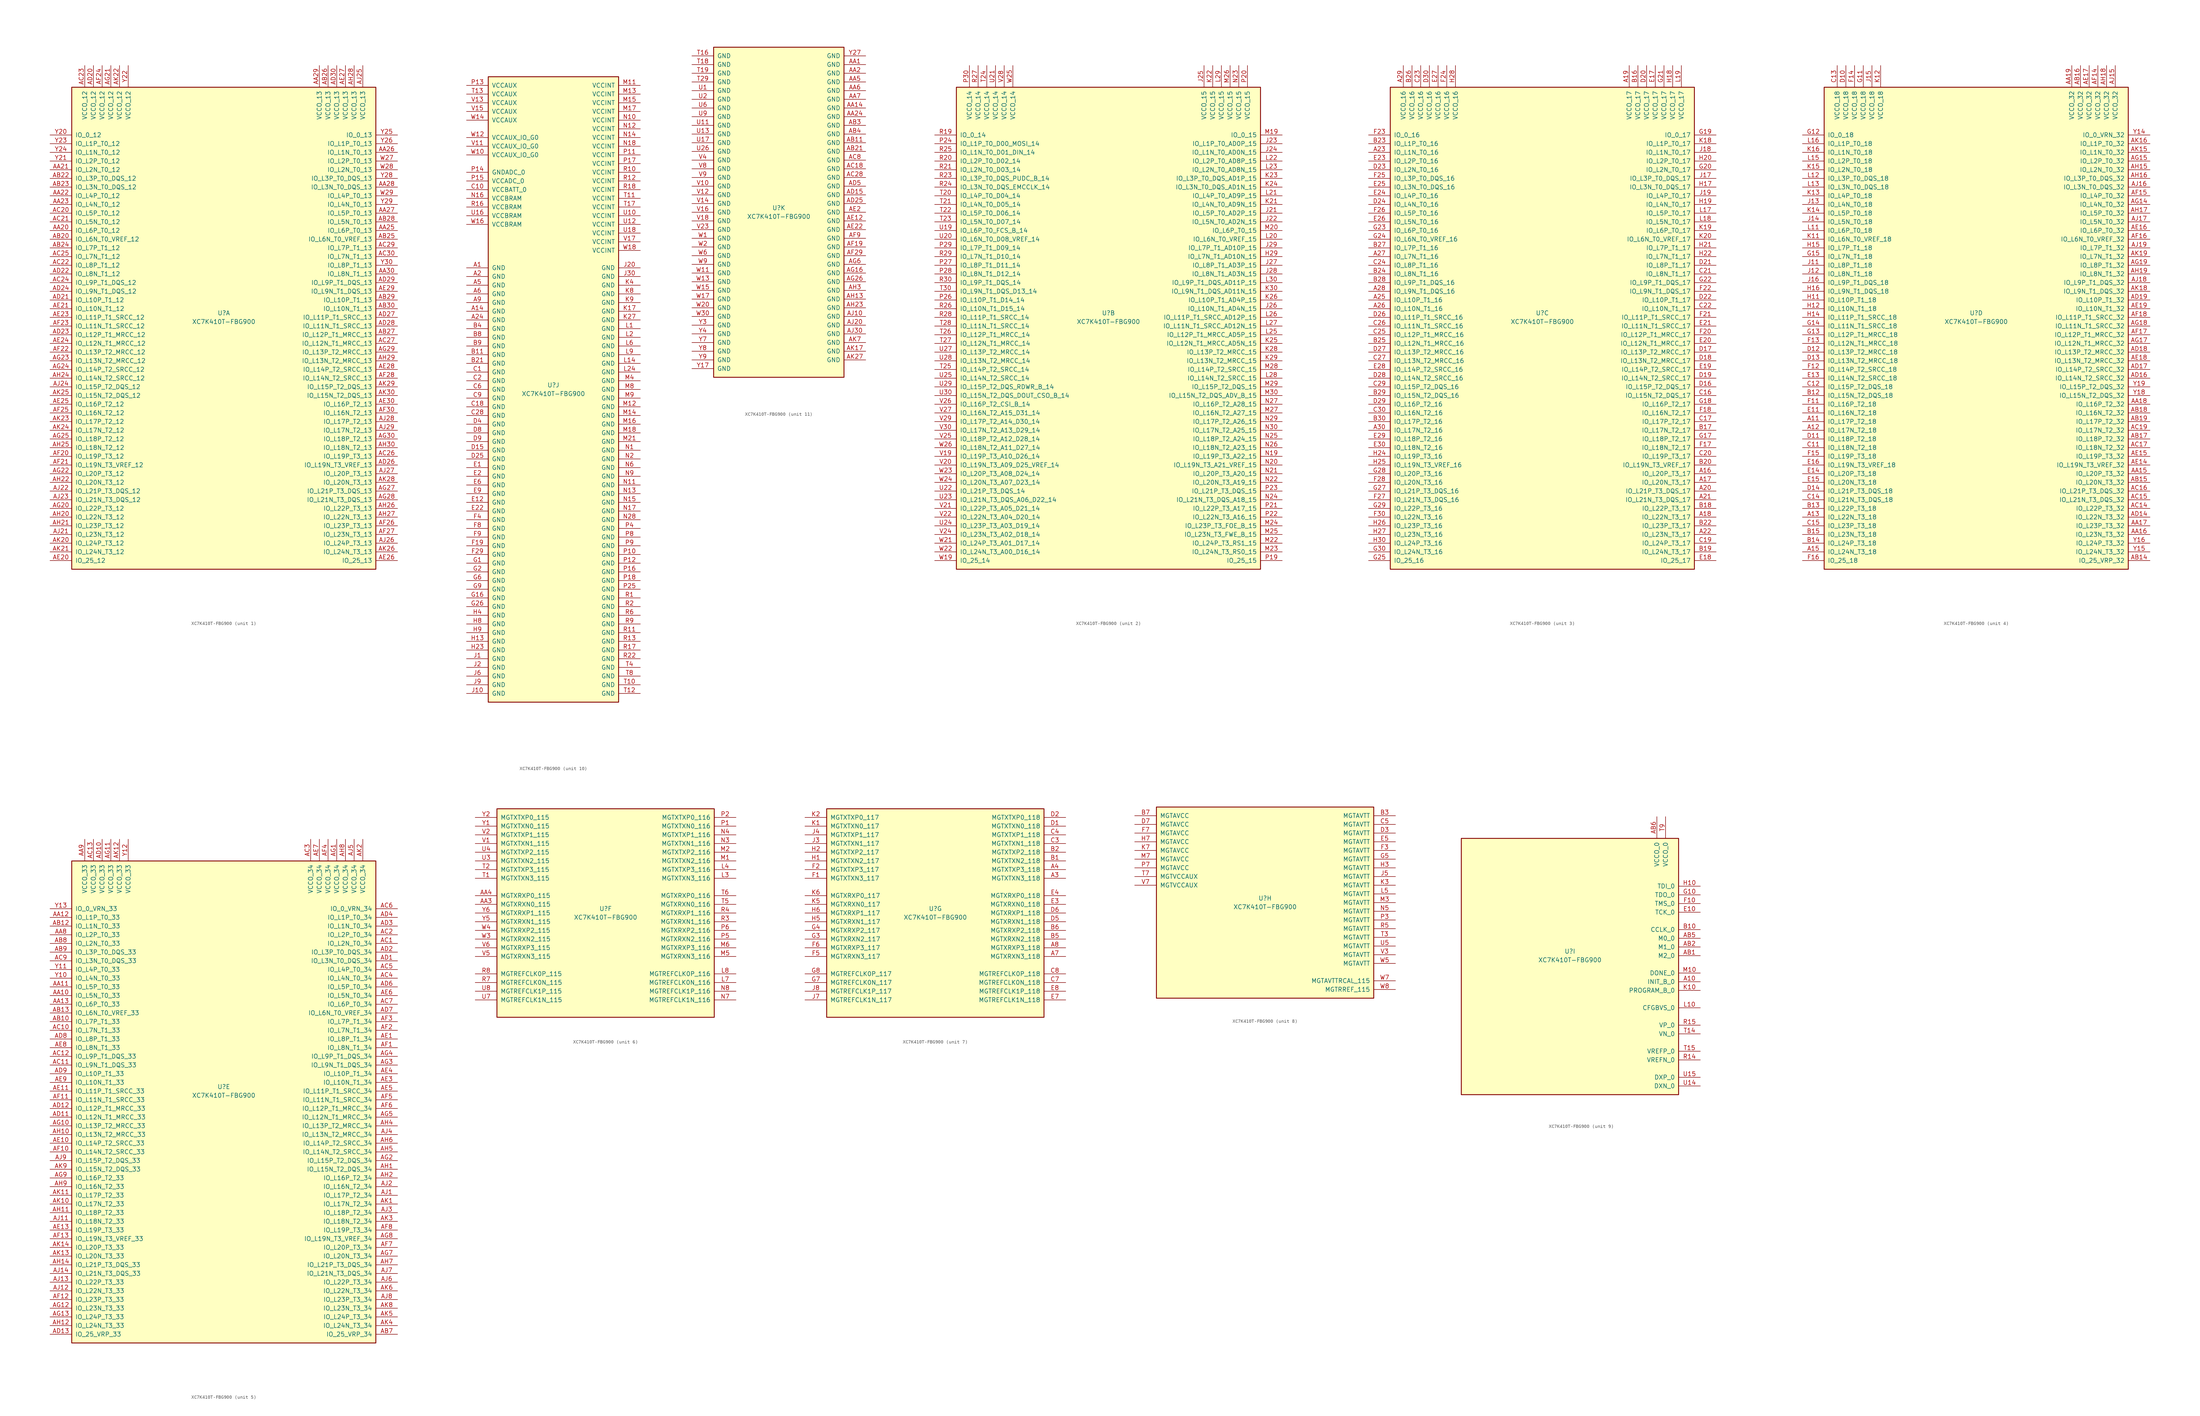
<source format=kicad_sym>
(kicad_symbol_lib
  (version 20211014)
  (generator kicad_symbol_editor)
  (symbol "XC7K410T-FBG900"
    (pin_names
      (offset 1.016))
    (property "Reference" "U"
      (at 0 1.27 0)
      (effects (font (size 1.27 1.27))))
    (property "Value" "XC7K410T-FBG900"
      (at 0 -1.27 0)
      (effects (font (size 1.27 1.27))))
    (property "Datasheet" ""
      (at 0 0 0)
      (effects (font (size 1.27 1.27))))
    (property "ki_locked" ""
      (at 0 0 0)
      (effects (font (size 1.27 1.27))))
    (symbol "XC7K410T-FBG900_1_1"
      (rectangle (start -44.45 67.31) (end 44.45 -73.66) (stroke (width 0.254) (type default) (color 0 0 0 0)) (fill (type background)))
      (pin bidirectional line (at -50.8 25.4 0) (length 6.35) (name "IO_L6P_T0_12" (effects (font (size 1.27 1.27)))) (number "AA20" (effects (font (size 1.27 1.27)))))
      (pin bidirectional line (at -50.8 43.18 0) (length 6.35) (name "IO_L2N_T0_12" (effects (font (size 1.27 1.27)))) (number "AA21" (effects (font (size 1.27 1.27)))))
      (pin bidirectional line (at -50.8 35.56 0) (length 6.35) (name "IO_L4P_T0_12" (effects (font (size 1.27 1.27)))) (number "AA22" (effects (font (size 1.27 1.27)))))
      (pin bidirectional line (at -50.8 33.02 0) (length 6.35) (name "IO_L4N_T0_12" (effects (font (size 1.27 1.27)))) (number "AA23" (effects (font (size 1.27 1.27)))))
      (pin bidirectional line (at 50.8 25.4 180) (length 6.35) (name "IO_L6P_T0_13" (effects (font (size 1.27 1.27)))) (number "AA25" (effects (font (size 1.27 1.27)))))
      (pin bidirectional line (at 50.8 48.26 180) (length 6.35) (name "IO_L1N_T0_13" (effects (font (size 1.27 1.27)))) (number "AA26" (effects (font (size 1.27 1.27)))))
      (pin bidirectional line (at 50.8 30.48 180) (length 6.35) (name "IO_L5P_T0_13" (effects (font (size 1.27 1.27)))) (number "AA27" (effects (font (size 1.27 1.27)))))
      (pin bidirectional line (at 50.8 38.1 180) (length 6.35) (name "IO_L3N_T0_DQS_13" (effects (font (size 1.27 1.27)))) (number "AA28" (effects (font (size 1.27 1.27)))))
      (pin power_in line (at 27.94 73.66 270) (length 6.35) (name "VCCO_13" (effects (font (size 1.27 1.27)))) (number "AA29" (effects (font (size 1.27 1.27)))))
      (pin bidirectional line (at 50.8 12.7 180) (length 6.35) (name "IO_L8N_T1_13" (effects (font (size 1.27 1.27)))) (number "AA30" (effects (font (size 1.27 1.27)))))
      (pin bidirectional line (at -50.8 22.86 0) (length 6.35) (name "IO_L6N_T0_VREF_12" (effects (font (size 1.27 1.27)))) (number "AB20" (effects (font (size 1.27 1.27)))))
      (pin bidirectional line (at -50.8 40.64 0) (length 6.35) (name "IO_L3P_T0_DQS_12" (effects (font (size 1.27 1.27)))) (number "AB22" (effects (font (size 1.27 1.27)))))
      (pin bidirectional line (at -50.8 38.1 0) (length 6.35) (name "IO_L3N_T0_DQS_12" (effects (font (size 1.27 1.27)))) (number "AB23" (effects (font (size 1.27 1.27)))))
      (pin bidirectional line (at -50.8 20.32 0) (length 6.35) (name "IO_L7P_T1_12" (effects (font (size 1.27 1.27)))) (number "AB24" (effects (font (size 1.27 1.27)))))
      (pin bidirectional line (at 50.8 22.86 180) (length 6.35) (name "IO_L6N_T0_VREF_13" (effects (font (size 1.27 1.27)))) (number "AB25" (effects (font (size 1.27 1.27)))))
      (pin power_in line (at 30.48 73.66 270) (length 6.35) (name "VCCO_13" (effects (font (size 1.27 1.27)))) (number "AB26" (effects (font (size 1.27 1.27)))))
      (pin bidirectional line (at 50.8 -5.08 180) (length 6.35) (name "IO_L12P_T1_MRCC_13" (effects (font (size 1.27 1.27)))) (number "AB27" (effects (font (size 1.27 1.27)))))
      (pin bidirectional line (at 50.8 27.94 180) (length 6.35) (name "IO_L5N_T0_13" (effects (font (size 1.27 1.27)))) (number "AB28" (effects (font (size 1.27 1.27)))))
      (pin bidirectional line (at 50.8 5.08 180) (length 6.35) (name "IO_L10P_T1_13" (effects (font (size 1.27 1.27)))) (number "AB29" (effects (font (size 1.27 1.27)))))
      (pin bidirectional line (at 50.8 2.54 180) (length 6.35) (name "IO_L10N_T1_13" (effects (font (size 1.27 1.27)))) (number "AB30" (effects (font (size 1.27 1.27)))))
      (pin bidirectional line (at -50.8 30.48 0) (length 6.35) (name "IO_L5P_T0_12" (effects (font (size 1.27 1.27)))) (number "AC20" (effects (font (size 1.27 1.27)))))
      (pin bidirectional line (at -50.8 27.94 0) (length 6.35) (name "IO_L5N_T0_12" (effects (font (size 1.27 1.27)))) (number "AC21" (effects (font (size 1.27 1.27)))))
      (pin bidirectional line (at -50.8 15.24 0) (length 6.35) (name "IO_L8P_T1_12" (effects (font (size 1.27 1.27)))) (number "AC22" (effects (font (size 1.27 1.27)))))
      (pin power_in line (at -40.64 73.66 270) (length 6.35) (name "VCCO_12" (effects (font (size 1.27 1.27)))) (number "AC23" (effects (font (size 1.27 1.27)))))
      (pin bidirectional line (at -50.8 10.16 0) (length 6.35) (name "IO_L9P_T1_DQS_12" (effects (font (size 1.27 1.27)))) (number "AC24" (effects (font (size 1.27 1.27)))))
      (pin bidirectional line (at -50.8 17.78 0) (length 6.35) (name "IO_L7N_T1_12" (effects (font (size 1.27 1.27)))) (number "AC25" (effects (font (size 1.27 1.27)))))
      (pin bidirectional line (at 50.8 -40.64 180) (length 6.35) (name "IO_L19P_T3_13" (effects (font (size 1.27 1.27)))) (number "AC26" (effects (font (size 1.27 1.27)))))
      (pin bidirectional line (at 50.8 -7.62 180) (length 6.35) (name "IO_L12N_T1_MRCC_13" (effects (font (size 1.27 1.27)))) (number "AC27" (effects (font (size 1.27 1.27)))))
      (pin bidirectional line (at 50.8 20.32 180) (length 6.35) (name "IO_L7P_T1_13" (effects (font (size 1.27 1.27)))) (number "AC29" (effects (font (size 1.27 1.27)))))
      (pin bidirectional line (at 50.8 17.78 180) (length 6.35) (name "IO_L7N_T1_13" (effects (font (size 1.27 1.27)))) (number "AC30" (effects (font (size 1.27 1.27)))))
      (pin power_in line (at -38.1 73.66 270) (length 6.35) (name "VCCO_12" (effects (font (size 1.27 1.27)))) (number "AD20" (effects (font (size 1.27 1.27)))))
      (pin bidirectional line (at -50.8 5.08 0) (length 6.35) (name "IO_L10P_T1_12" (effects (font (size 1.27 1.27)))) (number "AD21" (effects (font (size 1.27 1.27)))))
      (pin bidirectional line (at -50.8 12.7 0) (length 6.35) (name "IO_L8N_T1_12" (effects (font (size 1.27 1.27)))) (number "AD22" (effects (font (size 1.27 1.27)))))
      (pin bidirectional line (at -50.8 -5.08 0) (length 6.35) (name "IO_L12P_T1_MRCC_12" (effects (font (size 1.27 1.27)))) (number "AD23" (effects (font (size 1.27 1.27)))))
      (pin bidirectional line (at -50.8 7.62 0) (length 6.35) (name "IO_L9N_T1_DQS_12" (effects (font (size 1.27 1.27)))) (number "AD24" (effects (font (size 1.27 1.27)))))
      (pin bidirectional line (at 50.8 -43.18 180) (length 6.35) (name "IO_L19N_T3_VREF_13" (effects (font (size 1.27 1.27)))) (number "AD26" (effects (font (size 1.27 1.27)))))
      (pin bidirectional line (at 50.8 0 180) (length 6.35) (name "IO_L11P_T1_SRCC_13" (effects (font (size 1.27 1.27)))) (number "AD27" (effects (font (size 1.27 1.27)))))
      (pin bidirectional line (at 50.8 -2.54 180) (length 6.35) (name "IO_L11N_T1_SRCC_13" (effects (font (size 1.27 1.27)))) (number "AD28" (effects (font (size 1.27 1.27)))))
      (pin bidirectional line (at 50.8 10.16 180) (length 6.35) (name "IO_L9P_T1_DQS_13" (effects (font (size 1.27 1.27)))) (number "AD29" (effects (font (size 1.27 1.27)))))
      (pin power_in line (at 33.02 73.66 270) (length 6.35) (name "VCCO_13" (effects (font (size 1.27 1.27)))) (number "AD30" (effects (font (size 1.27 1.27)))))
      (pin bidirectional line (at -50.8 -71.12 0) (length 6.35) (name "IO_25_12" (effects (font (size 1.27 1.27)))) (number "AE20" (effects (font (size 1.27 1.27)))))
      (pin bidirectional line (at -50.8 2.54 0) (length 6.35) (name "IO_L10N_T1_12" (effects (font (size 1.27 1.27)))) (number "AE21" (effects (font (size 1.27 1.27)))))
      (pin bidirectional line (at -50.8 0 0) (length 6.35) (name "IO_L11P_T1_SRCC_12" (effects (font (size 1.27 1.27)))) (number "AE23" (effects (font (size 1.27 1.27)))))
      (pin bidirectional line (at -50.8 -7.62 0) (length 6.35) (name "IO_L12N_T1_MRCC_12" (effects (font (size 1.27 1.27)))) (number "AE24" (effects (font (size 1.27 1.27)))))
      (pin bidirectional line (at -50.8 -25.4 0) (length 6.35) (name "IO_L16P_T2_12" (effects (font (size 1.27 1.27)))) (number "AE25" (effects (font (size 1.27 1.27)))))
      (pin bidirectional line (at 50.8 -71.12 180) (length 6.35) (name "IO_25_13" (effects (font (size 1.27 1.27)))) (number "AE26" (effects (font (size 1.27 1.27)))))
      (pin power_in line (at 35.56 73.66 270) (length 6.35) (name "VCCO_13" (effects (font (size 1.27 1.27)))) (number "AE27" (effects (font (size 1.27 1.27)))))
      (pin bidirectional line (at 50.8 -15.24 180) (length 6.35) (name "IO_L14P_T2_SRCC_13" (effects (font (size 1.27 1.27)))) (number "AE28" (effects (font (size 1.27 1.27)))))
      (pin bidirectional line (at 50.8 7.62 180) (length 6.35) (name "IO_L9N_T1_DQS_13" (effects (font (size 1.27 1.27)))) (number "AE29" (effects (font (size 1.27 1.27)))))
      (pin bidirectional line (at 50.8 -25.4 180) (length 6.35) (name "IO_L16P_T2_13" (effects (font (size 1.27 1.27)))) (number "AE30" (effects (font (size 1.27 1.27)))))
      (pin bidirectional line (at -50.8 -40.64 0) (length 6.35) (name "IO_L19P_T3_12" (effects (font (size 1.27 1.27)))) (number "AF20" (effects (font (size 1.27 1.27)))))
      (pin bidirectional line (at -50.8 -43.18 0) (length 6.35) (name "IO_L19N_T3_VREF_12" (effects (font (size 1.27 1.27)))) (number "AF21" (effects (font (size 1.27 1.27)))))
      (pin bidirectional line (at -50.8 -10.16 0) (length 6.35) (name "IO_L13P_T2_MRCC_12" (effects (font (size 1.27 1.27)))) (number "AF22" (effects (font (size 1.27 1.27)))))
      (pin bidirectional line (at -50.8 -2.54 0) (length 6.35) (name "IO_L11N_T1_SRCC_12" (effects (font (size 1.27 1.27)))) (number "AF23" (effects (font (size 1.27 1.27)))))
      (pin power_in line (at -35.56 73.66 270) (length 6.35) (name "VCCO_12" (effects (font (size 1.27 1.27)))) (number "AF24" (effects (font (size 1.27 1.27)))))
      (pin bidirectional line (at -50.8 -27.94 0) (length 6.35) (name "IO_L16N_T2_12" (effects (font (size 1.27 1.27)))) (number "AF25" (effects (font (size 1.27 1.27)))))
      (pin bidirectional line (at 50.8 -60.96 180) (length 6.35) (name "IO_L23P_T3_13" (effects (font (size 1.27 1.27)))) (number "AF26" (effects (font (size 1.27 1.27)))))
      (pin bidirectional line (at 50.8 -63.5 180) (length 6.35) (name "IO_L23N_T3_13" (effects (font (size 1.27 1.27)))) (number "AF27" (effects (font (size 1.27 1.27)))))
      (pin bidirectional line (at 50.8 -17.78 180) (length 6.35) (name "IO_L14N_T2_SRCC_13" (effects (font (size 1.27 1.27)))) (number "AF28" (effects (font (size 1.27 1.27)))))
      (pin bidirectional line (at 50.8 -27.94 180) (length 6.35) (name "IO_L16N_T2_13" (effects (font (size 1.27 1.27)))) (number "AF30" (effects (font (size 1.27 1.27)))))
      (pin bidirectional line (at -50.8 -55.88 0) (length 6.35) (name "IO_L22P_T3_12" (effects (font (size 1.27 1.27)))) (number "AG20" (effects (font (size 1.27 1.27)))))
      (pin power_in line (at -33.02 73.66 270) (length 6.35) (name "VCCO_12" (effects (font (size 1.27 1.27)))) (number "AG21" (effects (font (size 1.27 1.27)))))
      (pin bidirectional line (at -50.8 -45.72 0) (length 6.35) (name "IO_L20P_T3_12" (effects (font (size 1.27 1.27)))) (number "AG22" (effects (font (size 1.27 1.27)))))
      (pin bidirectional line (at -50.8 -12.7 0) (length 6.35) (name "IO_L13N_T2_MRCC_12" (effects (font (size 1.27 1.27)))) (number "AG23" (effects (font (size 1.27 1.27)))))
      (pin bidirectional line (at -50.8 -15.24 0) (length 6.35) (name "IO_L14P_T2_SRCC_12" (effects (font (size 1.27 1.27)))) (number "AG24" (effects (font (size 1.27 1.27)))))
      (pin bidirectional line (at -50.8 -35.56 0) (length 6.35) (name "IO_L18P_T2_12" (effects (font (size 1.27 1.27)))) (number "AG25" (effects (font (size 1.27 1.27)))))
      (pin bidirectional line (at 50.8 -50.8 180) (length 6.35) (name "IO_L21P_T3_DQS_13" (effects (font (size 1.27 1.27)))) (number "AG27" (effects (font (size 1.27 1.27)))))
      (pin bidirectional line (at 50.8 -53.34 180) (length 6.35) (name "IO_L21N_T3_DQS_13" (effects (font (size 1.27 1.27)))) (number "AG28" (effects (font (size 1.27 1.27)))))
      (pin bidirectional line (at 50.8 -10.16 180) (length 6.35) (name "IO_L13P_T2_MRCC_13" (effects (font (size 1.27 1.27)))) (number "AG29" (effects (font (size 1.27 1.27)))))
      (pin bidirectional line (at 50.8 -35.56 180) (length 6.35) (name "IO_L18P_T2_13" (effects (font (size 1.27 1.27)))) (number "AG30" (effects (font (size 1.27 1.27)))))
      (pin bidirectional line (at -50.8 -58.42 0) (length 6.35) (name "IO_L22N_T3_12" (effects (font (size 1.27 1.27)))) (number "AH20" (effects (font (size 1.27 1.27)))))
      (pin bidirectional line (at -50.8 -60.96 0) (length 6.35) (name "IO_L23P_T3_12" (effects (font (size 1.27 1.27)))) (number "AH21" (effects (font (size 1.27 1.27)))))
      (pin bidirectional line (at -50.8 -48.26 0) (length 6.35) (name "IO_L20N_T3_12" (effects (font (size 1.27 1.27)))) (number "AH22" (effects (font (size 1.27 1.27)))))
      (pin bidirectional line (at -50.8 -17.78 0) (length 6.35) (name "IO_L14N_T2_SRCC_12" (effects (font (size 1.27 1.27)))) (number "AH24" (effects (font (size 1.27 1.27)))))
      (pin bidirectional line (at -50.8 -38.1 0) (length 6.35) (name "IO_L18N_T2_12" (effects (font (size 1.27 1.27)))) (number "AH25" (effects (font (size 1.27 1.27)))))
      (pin bidirectional line (at 50.8 -55.88 180) (length 6.35) (name "IO_L22P_T3_13" (effects (font (size 1.27 1.27)))) (number "AH26" (effects (font (size 1.27 1.27)))))
      (pin bidirectional line (at 50.8 -58.42 180) (length 6.35) (name "IO_L22N_T3_13" (effects (font (size 1.27 1.27)))) (number "AH27" (effects (font (size 1.27 1.27)))))
      (pin power_in line (at 38.1 73.66 270) (length 6.35) (name "VCCO_13" (effects (font (size 1.27 1.27)))) (number "AH28" (effects (font (size 1.27 1.27)))))
      (pin bidirectional line (at 50.8 -12.7 180) (length 6.35) (name "IO_L13N_T2_MRCC_13" (effects (font (size 1.27 1.27)))) (number "AH29" (effects (font (size 1.27 1.27)))))
      (pin bidirectional line (at 50.8 -38.1 180) (length 6.35) (name "IO_L18N_T2_13" (effects (font (size 1.27 1.27)))) (number "AH30" (effects (font (size 1.27 1.27)))))
      (pin bidirectional line (at -50.8 -63.5 0) (length 6.35) (name "IO_L23N_T3_12" (effects (font (size 1.27 1.27)))) (number "AJ21" (effects (font (size 1.27 1.27)))))
      (pin bidirectional line (at -50.8 -50.8 0) (length 6.35) (name "IO_L21P_T3_DQS_12" (effects (font (size 1.27 1.27)))) (number "AJ22" (effects (font (size 1.27 1.27)))))
      (pin bidirectional line (at -50.8 -53.34 0) (length 6.35) (name "IO_L21N_T3_DQS_12" (effects (font (size 1.27 1.27)))) (number "AJ23" (effects (font (size 1.27 1.27)))))
      (pin bidirectional line (at -50.8 -20.32 0) (length 6.35) (name "IO_L15P_T2_DQS_12" (effects (font (size 1.27 1.27)))) (number "AJ24" (effects (font (size 1.27 1.27)))))
      (pin power_in line (at 40.64 73.66 270) (length 6.35) (name "VCCO_13" (effects (font (size 1.27 1.27)))) (number "AJ25" (effects (font (size 1.27 1.27)))))
      (pin bidirectional line (at 50.8 -66.04 180) (length 6.35) (name "IO_L24P_T3_13" (effects (font (size 1.27 1.27)))) (number "AJ26" (effects (font (size 1.27 1.27)))))
      (pin bidirectional line (at 50.8 -45.72 180) (length 6.35) (name "IO_L20P_T3_13" (effects (font (size 1.27 1.27)))) (number "AJ27" (effects (font (size 1.27 1.27)))))
      (pin bidirectional line (at 50.8 -30.48 180) (length 6.35) (name "IO_L17P_T2_13" (effects (font (size 1.27 1.27)))) (number "AJ28" (effects (font (size 1.27 1.27)))))
      (pin bidirectional line (at 50.8 -33.02 180) (length 6.35) (name "IO_L17N_T2_13" (effects (font (size 1.27 1.27)))) (number "AJ29" (effects (font (size 1.27 1.27)))))
      (pin bidirectional line (at -50.8 -66.04 0) (length 6.35) (name "IO_L24P_T3_12" (effects (font (size 1.27 1.27)))) (number "AK20" (effects (font (size 1.27 1.27)))))
      (pin bidirectional line (at -50.8 -68.58 0) (length 6.35) (name "IO_L24N_T3_12" (effects (font (size 1.27 1.27)))) (number "AK21" (effects (font (size 1.27 1.27)))))
      (pin power_in line (at -30.48 73.66 270) (length 6.35) (name "VCCO_12" (effects (font (size 1.27 1.27)))) (number "AK22" (effects (font (size 1.27 1.27)))))
      (pin bidirectional line (at -50.8 -30.48 0) (length 6.35) (name "IO_L17P_T2_12" (effects (font (size 1.27 1.27)))) (number "AK23" (effects (font (size 1.27 1.27)))))
      (pin bidirectional line (at -50.8 -33.02 0) (length 6.35) (name "IO_L17N_T2_12" (effects (font (size 1.27 1.27)))) (number "AK24" (effects (font (size 1.27 1.27)))))
      (pin bidirectional line (at -50.8 -22.86 0) (length 6.35) (name "IO_L15N_T2_DQS_12" (effects (font (size 1.27 1.27)))) (number "AK25" (effects (font (size 1.27 1.27)))))
      (pin bidirectional line (at 50.8 -68.58 180) (length 6.35) (name "IO_L24N_T3_13" (effects (font (size 1.27 1.27)))) (number "AK26" (effects (font (size 1.27 1.27)))))
      (pin bidirectional line (at 50.8 -48.26 180) (length 6.35) (name "IO_L20N_T3_13" (effects (font (size 1.27 1.27)))) (number "AK28" (effects (font (size 1.27 1.27)))))
      (pin bidirectional line (at 50.8 -20.32 180) (length 6.35) (name "IO_L15P_T2_DQS_13" (effects (font (size 1.27 1.27)))) (number "AK29" (effects (font (size 1.27 1.27)))))
      (pin bidirectional line (at 50.8 -22.86 180) (length 6.35) (name "IO_L15N_T2_DQS_13" (effects (font (size 1.27 1.27)))) (number "AK30" (effects (font (size 1.27 1.27)))))
      (pin bidirectional line (at 50.8 45.72 180) (length 6.35) (name "IO_L2P_T0_13" (effects (font (size 1.27 1.27)))) (number "W27" (effects (font (size 1.27 1.27)))))
      (pin bidirectional line (at 50.8 43.18 180) (length 6.35) (name "IO_L2N_T0_13" (effects (font (size 1.27 1.27)))) (number "W28" (effects (font (size 1.27 1.27)))))
      (pin bidirectional line (at 50.8 35.56 180) (length 6.35) (name "IO_L4P_T0_13" (effects (font (size 1.27 1.27)))) (number "W29" (effects (font (size 1.27 1.27)))))
      (pin bidirectional line (at -50.8 53.34 0) (length 6.35) (name "IO_0_12" (effects (font (size 1.27 1.27)))) (number "Y20" (effects (font (size 1.27 1.27)))))
      (pin bidirectional line (at -50.8 45.72 0) (length 6.35) (name "IO_L2P_T0_12" (effects (font (size 1.27 1.27)))) (number "Y21" (effects (font (size 1.27 1.27)))))
      (pin power_in line (at -27.94 73.66 270) (length 6.35) (name "VCCO_12" (effects (font (size 1.27 1.27)))) (number "Y22" (effects (font (size 1.27 1.27)))))
      (pin bidirectional line (at -50.8 50.8 0) (length 6.35) (name "IO_L1P_T0_12" (effects (font (size 1.27 1.27)))) (number "Y23" (effects (font (size 1.27 1.27)))))
      (pin bidirectional line (at -50.8 48.26 0) (length 6.35) (name "IO_L1N_T0_12" (effects (font (size 1.27 1.27)))) (number "Y24" (effects (font (size 1.27 1.27)))))
      (pin bidirectional line (at 50.8 53.34 180) (length 6.35) (name "IO_0_13" (effects (font (size 1.27 1.27)))) (number "Y25" (effects (font (size 1.27 1.27)))))
      (pin bidirectional line (at 50.8 50.8 180) (length 6.35) (name "IO_L1P_T0_13" (effects (font (size 1.27 1.27)))) (number "Y26" (effects (font (size 1.27 1.27)))))
      (pin bidirectional line (at 50.8 40.64 180) (length 6.35) (name "IO_L3P_T0_DQS_13" (effects (font (size 1.27 1.27)))) (number "Y28" (effects (font (size 1.27 1.27)))))
      (pin bidirectional line (at 50.8 33.02 180) (length 6.35) (name "IO_L4N_T0_13" (effects (font (size 1.27 1.27)))) (number "Y29" (effects (font (size 1.27 1.27)))))
      (pin bidirectional line (at 50.8 15.24 180) (length 6.35) (name "IO_L8P_T1_13" (effects (font (size 1.27 1.27)))) (number "Y30" (effects (font (size 1.27 1.27))))))
    (symbol "XC7K410T-FBG900_2_1"
      (rectangle (start -44.45 67.31) (end 44.45 -73.66) (stroke (width 0.254) (type default) (color 0 0 0 0)) (fill (type background)))
      (pin bidirectional line (at 50.8 17.78 180) (length 6.35) (name "IO_L7N_T1_AD10N_15" (effects (font (size 1.27 1.27)))) (number "H29" (effects (font (size 1.27 1.27)))))
      (pin bidirectional line (at 50.8 30.48 180) (length 6.35) (name "IO_L5P_T0_AD2P_15" (effects (font (size 1.27 1.27)))) (number "J21" (effects (font (size 1.27 1.27)))))
      (pin bidirectional line (at 50.8 27.94 180) (length 6.35) (name "IO_L5N_T0_AD2N_15" (effects (font (size 1.27 1.27)))) (number "J22" (effects (font (size 1.27 1.27)))))
      (pin bidirectional line (at 50.8 50.8 180) (length 6.35) (name "IO_L1P_T0_AD0P_15" (effects (font (size 1.27 1.27)))) (number "J23" (effects (font (size 1.27 1.27)))))
      (pin bidirectional line (at 50.8 48.26 180) (length 6.35) (name "IO_L1N_T0_AD0N_15" (effects (font (size 1.27 1.27)))) (number "J24" (effects (font (size 1.27 1.27)))))
      (pin power_in line (at 27.94 73.66 270) (length 6.35) (name "VCCO_15" (effects (font (size 1.27 1.27)))) (number "J25" (effects (font (size 1.27 1.27)))))
      (pin bidirectional line (at 50.8 2.54 180) (length 6.35) (name "IO_L10N_T1_AD4N_15" (effects (font (size 1.27 1.27)))) (number "J26" (effects (font (size 1.27 1.27)))))
      (pin bidirectional line (at 50.8 15.24 180) (length 6.35) (name "IO_L8P_T1_AD3P_15" (effects (font (size 1.27 1.27)))) (number "J27" (effects (font (size 1.27 1.27)))))
      (pin bidirectional line (at 50.8 12.7 180) (length 6.35) (name "IO_L8N_T1_AD3N_15" (effects (font (size 1.27 1.27)))) (number "J28" (effects (font (size 1.27 1.27)))))
      (pin bidirectional line (at 50.8 20.32 180) (length 6.35) (name "IO_L7P_T1_AD10P_15" (effects (font (size 1.27 1.27)))) (number "J29" (effects (font (size 1.27 1.27)))))
      (pin bidirectional line (at 50.8 33.02 180) (length 6.35) (name "IO_L4N_T0_AD9N_15" (effects (font (size 1.27 1.27)))) (number "K21" (effects (font (size 1.27 1.27)))))
      (pin power_in line (at 30.48 73.66 270) (length 6.35) (name "VCCO_15" (effects (font (size 1.27 1.27)))) (number "K22" (effects (font (size 1.27 1.27)))))
      (pin bidirectional line (at 50.8 40.64 180) (length 6.35) (name "IO_L3P_T0_DQS_AD1P_15" (effects (font (size 1.27 1.27)))) (number "K23" (effects (font (size 1.27 1.27)))))
      (pin bidirectional line (at 50.8 38.1 180) (length 6.35) (name "IO_L3N_T0_DQS_AD1N_15" (effects (font (size 1.27 1.27)))) (number "K24" (effects (font (size 1.27 1.27)))))
      (pin bidirectional line (at 50.8 -7.62 180) (length 6.35) (name "IO_L12N_T1_MRCC_AD5N_15" (effects (font (size 1.27 1.27)))) (number "K25" (effects (font (size 1.27 1.27)))))
      (pin bidirectional line (at 50.8 5.08 180) (length 6.35) (name "IO_L10P_T1_AD4P_15" (effects (font (size 1.27 1.27)))) (number "K26" (effects (font (size 1.27 1.27)))))
      (pin bidirectional line (at 50.8 -10.16 180) (length 6.35) (name "IO_L13P_T2_MRCC_15" (effects (font (size 1.27 1.27)))) (number "K28" (effects (font (size 1.27 1.27)))))
      (pin bidirectional line (at 50.8 -12.7 180) (length 6.35) (name "IO_L13N_T2_MRCC_15" (effects (font (size 1.27 1.27)))) (number "K29" (effects (font (size 1.27 1.27)))))
      (pin bidirectional line (at 50.8 7.62 180) (length 6.35) (name "IO_L9N_T1_DQS_AD11N_15" (effects (font (size 1.27 1.27)))) (number "K30" (effects (font (size 1.27 1.27)))))
      (pin bidirectional line (at 50.8 22.86 180) (length 6.35) (name "IO_L6N_T0_VREF_15" (effects (font (size 1.27 1.27)))) (number "L20" (effects (font (size 1.27 1.27)))))
      (pin bidirectional line (at 50.8 35.56 180) (length 6.35) (name "IO_L4P_T0_AD9P_15" (effects (font (size 1.27 1.27)))) (number "L21" (effects (font (size 1.27 1.27)))))
      (pin bidirectional line (at 50.8 45.72 180) (length 6.35) (name "IO_L2P_T0_AD8P_15" (effects (font (size 1.27 1.27)))) (number "L22" (effects (font (size 1.27 1.27)))))
      (pin bidirectional line (at 50.8 43.18 180) (length 6.35) (name "IO_L2N_T0_AD8N_15" (effects (font (size 1.27 1.27)))) (number "L23" (effects (font (size 1.27 1.27)))))
      (pin bidirectional line (at 50.8 -5.08 180) (length 6.35) (name "IO_L12P_T1_MRCC_AD5P_15" (effects (font (size 1.27 1.27)))) (number "L25" (effects (font (size 1.27 1.27)))))
      (pin bidirectional line (at 50.8 0 180) (length 6.35) (name "IO_L11P_T1_SRCC_AD12P_15" (effects (font (size 1.27 1.27)))) (number "L26" (effects (font (size 1.27 1.27)))))
      (pin bidirectional line (at 50.8 -2.54 180) (length 6.35) (name "IO_L11N_T1_SRCC_AD12N_15" (effects (font (size 1.27 1.27)))) (number "L27" (effects (font (size 1.27 1.27)))))
      (pin bidirectional line (at 50.8 -17.78 180) (length 6.35) (name "IO_L14N_T2_SRCC_15" (effects (font (size 1.27 1.27)))) (number "L28" (effects (font (size 1.27 1.27)))))
      (pin power_in line (at 33.02 73.66 270) (length 6.35) (name "VCCO_15" (effects (font (size 1.27 1.27)))) (number "L29" (effects (font (size 1.27 1.27)))))
      (pin bidirectional line (at 50.8 10.16 180) (length 6.35) (name "IO_L9P_T1_DQS_AD11P_15" (effects (font (size 1.27 1.27)))) (number "L30" (effects (font (size 1.27 1.27)))))
      (pin bidirectional line (at 50.8 53.34 180) (length 6.35) (name "IO_0_15" (effects (font (size 1.27 1.27)))) (number "M19" (effects (font (size 1.27 1.27)))))
      (pin bidirectional line (at 50.8 25.4 180) (length 6.35) (name "IO_L6P_T0_15" (effects (font (size 1.27 1.27)))) (number "M20" (effects (font (size 1.27 1.27)))))
      (pin bidirectional line (at 50.8 -66.04 180) (length 6.35) (name "IO_L24P_T3_RS1_15" (effects (font (size 1.27 1.27)))) (number "M22" (effects (font (size 1.27 1.27)))))
      (pin bidirectional line (at 50.8 -68.58 180) (length 6.35) (name "IO_L24N_T3_RS0_15" (effects (font (size 1.27 1.27)))) (number "M23" (effects (font (size 1.27 1.27)))))
      (pin bidirectional line (at 50.8 -60.96 180) (length 6.35) (name "IO_L23P_T3_FOE_B_15" (effects (font (size 1.27 1.27)))) (number "M24" (effects (font (size 1.27 1.27)))))
      (pin bidirectional line (at 50.8 -63.5 180) (length 6.35) (name "IO_L23N_T3_FWE_B_15" (effects (font (size 1.27 1.27)))) (number "M25" (effects (font (size 1.27 1.27)))))
      (pin power_in line (at 35.56 73.66 270) (length 6.35) (name "VCCO_15" (effects (font (size 1.27 1.27)))) (number "M26" (effects (font (size 1.27 1.27)))))
      (pin bidirectional line (at 50.8 -27.94 180) (length 6.35) (name "IO_L16N_T2_A27_15" (effects (font (size 1.27 1.27)))) (number "M27" (effects (font (size 1.27 1.27)))))
      (pin bidirectional line (at 50.8 -15.24 180) (length 6.35) (name "IO_L14P_T2_SRCC_15" (effects (font (size 1.27 1.27)))) (number "M28" (effects (font (size 1.27 1.27)))))
      (pin bidirectional line (at 50.8 -20.32 180) (length 6.35) (name "IO_L15P_T2_DQS_15" (effects (font (size 1.27 1.27)))) (number "M29" (effects (font (size 1.27 1.27)))))
      (pin bidirectional line (at 50.8 -22.86 180) (length 6.35) (name "IO_L15N_T2_DQS_ADV_B_15" (effects (font (size 1.27 1.27)))) (number "M30" (effects (font (size 1.27 1.27)))))
      (pin bidirectional line (at 50.8 -40.64 180) (length 6.35) (name "IO_L19P_T3_A22_15" (effects (font (size 1.27 1.27)))) (number "N19" (effects (font (size 1.27 1.27)))))
      (pin bidirectional line (at 50.8 -43.18 180) (length 6.35) (name "IO_L19N_T3_A21_VREF_15" (effects (font (size 1.27 1.27)))) (number "N20" (effects (font (size 1.27 1.27)))))
      (pin bidirectional line (at 50.8 -45.72 180) (length 6.35) (name "IO_L20P_T3_A20_15" (effects (font (size 1.27 1.27)))) (number "N21" (effects (font (size 1.27 1.27)))))
      (pin bidirectional line (at 50.8 -48.26 180) (length 6.35) (name "IO_L20N_T3_A19_15" (effects (font (size 1.27 1.27)))) (number "N22" (effects (font (size 1.27 1.27)))))
      (pin power_in line (at 38.1 73.66 270) (length 6.35) (name "VCCO_15" (effects (font (size 1.27 1.27)))) (number "N23" (effects (font (size 1.27 1.27)))))
      (pin bidirectional line (at 50.8 -53.34 180) (length 6.35) (name "IO_L21N_T3_DQS_A18_15" (effects (font (size 1.27 1.27)))) (number "N24" (effects (font (size 1.27 1.27)))))
      (pin bidirectional line (at 50.8 -35.56 180) (length 6.35) (name "IO_L18P_T2_A24_15" (effects (font (size 1.27 1.27)))) (number "N25" (effects (font (size 1.27 1.27)))))
      (pin bidirectional line (at 50.8 -38.1 180) (length 6.35) (name "IO_L18N_T2_A23_15" (effects (font (size 1.27 1.27)))) (number "N26" (effects (font (size 1.27 1.27)))))
      (pin bidirectional line (at 50.8 -25.4 180) (length 6.35) (name "IO_L16P_T2_A28_15" (effects (font (size 1.27 1.27)))) (number "N27" (effects (font (size 1.27 1.27)))))
      (pin bidirectional line (at 50.8 -30.48 180) (length 6.35) (name "IO_L17P_T2_A26_15" (effects (font (size 1.27 1.27)))) (number "N29" (effects (font (size 1.27 1.27)))))
      (pin bidirectional line (at 50.8 -33.02 180) (length 6.35) (name "IO_L17N_T2_A25_15" (effects (font (size 1.27 1.27)))) (number "N30" (effects (font (size 1.27 1.27)))))
      (pin bidirectional line (at 50.8 -71.12 180) (length 6.35) (name "IO_25_15" (effects (font (size 1.27 1.27)))) (number "P19" (effects (font (size 1.27 1.27)))))
      (pin power_in line (at 40.64 73.66 270) (length 6.35) (name "VCCO_15" (effects (font (size 1.27 1.27)))) (number "P20" (effects (font (size 1.27 1.27)))))
      (pin bidirectional line (at 50.8 -55.88 180) (length 6.35) (name "IO_L22P_T3_A17_15" (effects (font (size 1.27 1.27)))) (number "P21" (effects (font (size 1.27 1.27)))))
      (pin bidirectional line (at 50.8 -58.42 180) (length 6.35) (name "IO_L22N_T3_A16_15" (effects (font (size 1.27 1.27)))) (number "P22" (effects (font (size 1.27 1.27)))))
      (pin bidirectional line (at 50.8 -50.8 180) (length 6.35) (name "IO_L21P_T3_DQS_15" (effects (font (size 1.27 1.27)))) (number "P23" (effects (font (size 1.27 1.27)))))
      (pin bidirectional line (at -50.8 50.8 0) (length 6.35) (name "IO_L1P_T0_D00_MOSI_14" (effects (font (size 1.27 1.27)))) (number "P24" (effects (font (size 1.27 1.27)))))
      (pin bidirectional line (at -50.8 5.08 0) (length 6.35) (name "IO_L10P_T1_D14_14" (effects (font (size 1.27 1.27)))) (number "P26" (effects (font (size 1.27 1.27)))))
      (pin bidirectional line (at -50.8 15.24 0) (length 6.35) (name "IO_L8P_T1_D11_14" (effects (font (size 1.27 1.27)))) (number "P27" (effects (font (size 1.27 1.27)))))
      (pin bidirectional line (at -50.8 12.7 0) (length 6.35) (name "IO_L8N_T1_D12_14" (effects (font (size 1.27 1.27)))) (number "P28" (effects (font (size 1.27 1.27)))))
      (pin bidirectional line (at -50.8 20.32 0) (length 6.35) (name "IO_L7P_T1_D09_14" (effects (font (size 1.27 1.27)))) (number "P29" (effects (font (size 1.27 1.27)))))
      (pin power_in line (at -40.64 73.66 270) (length 6.35) (name "VCCO_14" (effects (font (size 1.27 1.27)))) (number "P30" (effects (font (size 1.27 1.27)))))
      (pin bidirectional line (at -50.8 53.34 0) (length 6.35) (name "IO_0_14" (effects (font (size 1.27 1.27)))) (number "R19" (effects (font (size 1.27 1.27)))))
      (pin bidirectional line (at -50.8 45.72 0) (length 6.35) (name "IO_L2P_T0_D02_14" (effects (font (size 1.27 1.27)))) (number "R20" (effects (font (size 1.27 1.27)))))
      (pin bidirectional line (at -50.8 43.18 0) (length 6.35) (name "IO_L2N_T0_D03_14" (effects (font (size 1.27 1.27)))) (number "R21" (effects (font (size 1.27 1.27)))))
      (pin bidirectional line (at -50.8 40.64 0) (length 6.35) (name "IO_L3P_T0_DQS_PUDC_B_14" (effects (font (size 1.27 1.27)))) (number "R23" (effects (font (size 1.27 1.27)))))
      (pin bidirectional line (at -50.8 38.1 0) (length 6.35) (name "IO_L3N_T0_DQS_EMCCLK_14" (effects (font (size 1.27 1.27)))) (number "R24" (effects (font (size 1.27 1.27)))))
      (pin bidirectional line (at -50.8 48.26 0) (length 6.35) (name "IO_L1N_T0_D01_DIN_14" (effects (font (size 1.27 1.27)))) (number "R25" (effects (font (size 1.27 1.27)))))
      (pin bidirectional line (at -50.8 2.54 0) (length 6.35) (name "IO_L10N_T1_D15_14" (effects (font (size 1.27 1.27)))) (number "R26" (effects (font (size 1.27 1.27)))))
      (pin power_in line (at -38.1 73.66 270) (length 6.35) (name "VCCO_14" (effects (font (size 1.27 1.27)))) (number "R27" (effects (font (size 1.27 1.27)))))
      (pin bidirectional line (at -50.8 0 0) (length 6.35) (name "IO_L11P_T1_SRCC_14" (effects (font (size 1.27 1.27)))) (number "R28" (effects (font (size 1.27 1.27)))))
      (pin bidirectional line (at -50.8 17.78 0) (length 6.35) (name "IO_L7N_T1_D10_14" (effects (font (size 1.27 1.27)))) (number "R29" (effects (font (size 1.27 1.27)))))
      (pin bidirectional line (at -50.8 10.16 0) (length 6.35) (name "IO_L9P_T1_DQS_14" (effects (font (size 1.27 1.27)))) (number "R30" (effects (font (size 1.27 1.27)))))
      (pin bidirectional line (at -50.8 35.56 0) (length 6.35) (name "IO_L4P_T0_D04_14" (effects (font (size 1.27 1.27)))) (number "T20" (effects (font (size 1.27 1.27)))))
      (pin bidirectional line (at -50.8 33.02 0) (length 6.35) (name "IO_L4N_T0_D05_14" (effects (font (size 1.27 1.27)))) (number "T21" (effects (font (size 1.27 1.27)))))
      (pin bidirectional line (at -50.8 30.48 0) (length 6.35) (name "IO_L5P_T0_D06_14" (effects (font (size 1.27 1.27)))) (number "T22" (effects (font (size 1.27 1.27)))))
      (pin bidirectional line (at -50.8 27.94 0) (length 6.35) (name "IO_L5N_T0_D07_14" (effects (font (size 1.27 1.27)))) (number "T23" (effects (font (size 1.27 1.27)))))
      (pin power_in line (at -35.56 73.66 270) (length 6.35) (name "VCCO_14" (effects (font (size 1.27 1.27)))) (number "T24" (effects (font (size 1.27 1.27)))))
      (pin bidirectional line (at -50.8 -15.24 0) (length 6.35) (name "IO_L14P_T2_SRCC_14" (effects (font (size 1.27 1.27)))) (number "T25" (effects (font (size 1.27 1.27)))))
      (pin bidirectional line (at -50.8 -5.08 0) (length 6.35) (name "IO_L12P_T1_MRCC_14" (effects (font (size 1.27 1.27)))) (number "T26" (effects (font (size 1.27 1.27)))))
      (pin bidirectional line (at -50.8 -7.62 0) (length 6.35) (name "IO_L12N_T1_MRCC_14" (effects (font (size 1.27 1.27)))) (number "T27" (effects (font (size 1.27 1.27)))))
      (pin bidirectional line (at -50.8 -2.54 0) (length 6.35) (name "IO_L11N_T1_SRCC_14" (effects (font (size 1.27 1.27)))) (number "T28" (effects (font (size 1.27 1.27)))))
      (pin bidirectional line (at -50.8 7.62 0) (length 6.35) (name "IO_L9N_T1_DQS_D13_14" (effects (font (size 1.27 1.27)))) (number "T30" (effects (font (size 1.27 1.27)))))
      (pin bidirectional line (at -50.8 25.4 0) (length 6.35) (name "IO_L6P_T0_FCS_B_14" (effects (font (size 1.27 1.27)))) (number "U19" (effects (font (size 1.27 1.27)))))
      (pin bidirectional line (at -50.8 22.86 0) (length 6.35) (name "IO_L6N_T0_D08_VREF_14" (effects (font (size 1.27 1.27)))) (number "U20" (effects (font (size 1.27 1.27)))))
      (pin power_in line (at -33.02 73.66 270) (length 6.35) (name "VCCO_14" (effects (font (size 1.27 1.27)))) (number "U21" (effects (font (size 1.27 1.27)))))
      (pin bidirectional line (at -50.8 -50.8 0) (length 6.35) (name "IO_L21P_T3_DQS_14" (effects (font (size 1.27 1.27)))) (number "U22" (effects (font (size 1.27 1.27)))))
      (pin bidirectional line (at -50.8 -53.34 0) (length 6.35) (name "IO_L21N_T3_DQS_A06_D22_14" (effects (font (size 1.27 1.27)))) (number "U23" (effects (font (size 1.27 1.27)))))
      (pin bidirectional line (at -50.8 -60.96 0) (length 6.35) (name "IO_L23P_T3_A03_D19_14" (effects (font (size 1.27 1.27)))) (number "U24" (effects (font (size 1.27 1.27)))))
      (pin bidirectional line (at -50.8 -17.78 0) (length 6.35) (name "IO_L14N_T2_SRCC_14" (effects (font (size 1.27 1.27)))) (number "U25" (effects (font (size 1.27 1.27)))))
      (pin bidirectional line (at -50.8 -10.16 0) (length 6.35) (name "IO_L13P_T2_MRCC_14" (effects (font (size 1.27 1.27)))) (number "U27" (effects (font (size 1.27 1.27)))))
      (pin bidirectional line (at -50.8 -12.7 0) (length 6.35) (name "IO_L13N_T2_MRCC_14" (effects (font (size 1.27 1.27)))) (number "U28" (effects (font (size 1.27 1.27)))))
      (pin bidirectional line (at -50.8 -20.32 0) (length 6.35) (name "IO_L15P_T2_DQS_RDWR_B_14" (effects (font (size 1.27 1.27)))) (number "U29" (effects (font (size 1.27 1.27)))))
      (pin bidirectional line (at -50.8 -22.86 0) (length 6.35) (name "IO_L15N_T2_DQS_DOUT_CSO_B_14" (effects (font (size 1.27 1.27)))) (number "U30" (effects (font (size 1.27 1.27)))))
      (pin bidirectional line (at -50.8 -40.64 0) (length 6.35) (name "IO_L19P_T3_A10_D26_14" (effects (font (size 1.27 1.27)))) (number "V19" (effects (font (size 1.27 1.27)))))
      (pin bidirectional line (at -50.8 -43.18 0) (length 6.35) (name "IO_L19N_T3_A09_D25_VREF_14" (effects (font (size 1.27 1.27)))) (number "V20" (effects (font (size 1.27 1.27)))))
      (pin bidirectional line (at -50.8 -55.88 0) (length 6.35) (name "IO_L22P_T3_A05_D21_14" (effects (font (size 1.27 1.27)))) (number "V21" (effects (font (size 1.27 1.27)))))
      (pin bidirectional line (at -50.8 -58.42 0) (length 6.35) (name "IO_L22N_T3_A04_D20_14" (effects (font (size 1.27 1.27)))) (number "V22" (effects (font (size 1.27 1.27)))))
      (pin bidirectional line (at -50.8 -63.5 0) (length 6.35) (name "IO_L23N_T3_A02_D18_14" (effects (font (size 1.27 1.27)))) (number "V24" (effects (font (size 1.27 1.27)))))
      (pin bidirectional line (at -50.8 -35.56 0) (length 6.35) (name "IO_L18P_T2_A12_D28_14" (effects (font (size 1.27 1.27)))) (number "V25" (effects (font (size 1.27 1.27)))))
      (pin bidirectional line (at -50.8 -25.4 0) (length 6.35) (name "IO_L16P_T2_CSI_B_14" (effects (font (size 1.27 1.27)))) (number "V26" (effects (font (size 1.27 1.27)))))
      (pin bidirectional line (at -50.8 -27.94 0) (length 6.35) (name "IO_L16N_T2_A15_D31_14" (effects (font (size 1.27 1.27)))) (number "V27" (effects (font (size 1.27 1.27)))))
      (pin power_in line (at -30.48 73.66 270) (length 6.35) (name "VCCO_14" (effects (font (size 1.27 1.27)))) (number "V28" (effects (font (size 1.27 1.27)))))
      (pin bidirectional line (at -50.8 -30.48 0) (length 6.35) (name "IO_L17P_T2_A14_D30_14" (effects (font (size 1.27 1.27)))) (number "V29" (effects (font (size 1.27 1.27)))))
      (pin bidirectional line (at -50.8 -33.02 0) (length 6.35) (name "IO_L17N_T2_A13_D29_14" (effects (font (size 1.27 1.27)))) (number "V30" (effects (font (size 1.27 1.27)))))
      (pin bidirectional line (at -50.8 -71.12 0) (length 6.35) (name "IO_25_14" (effects (font (size 1.27 1.27)))) (number "W19" (effects (font (size 1.27 1.27)))))
      (pin bidirectional line (at -50.8 -66.04 0) (length 6.35) (name "IO_L24P_T3_A01_D17_14" (effects (font (size 1.27 1.27)))) (number "W21" (effects (font (size 1.27 1.27)))))
      (pin bidirectional line (at -50.8 -68.58 0) (length 6.35) (name "IO_L24N_T3_A00_D16_14" (effects (font (size 1.27 1.27)))) (number "W22" (effects (font (size 1.27 1.27)))))
      (pin bidirectional line (at -50.8 -45.72 0) (length 6.35) (name "IO_L20P_T3_A08_D24_14" (effects (font (size 1.27 1.27)))) (number "W23" (effects (font (size 1.27 1.27)))))
      (pin bidirectional line (at -50.8 -48.26 0) (length 6.35) (name "IO_L20N_T3_A07_D23_14" (effects (font (size 1.27 1.27)))) (number "W24" (effects (font (size 1.27 1.27)))))
      (pin power_in line (at -27.94 73.66 270) (length 6.35) (name "VCCO_14" (effects (font (size 1.27 1.27)))) (number "W25" (effects (font (size 1.27 1.27)))))
      (pin bidirectional line (at -50.8 -38.1 0) (length 6.35) (name "IO_L18N_T2_A11_D27_14" (effects (font (size 1.27 1.27)))) (number "W26" (effects (font (size 1.27 1.27))))))
    (symbol "XC7K410T-FBG900_3_1"
      (rectangle (start -44.45 67.31) (end 44.45 -73.66) (stroke (width 0.254) (type default) (color 0 0 0 0)) (fill (type background)))
      (pin bidirectional line (at 50.8 -45.72 180) (length 6.35) (name "IO_L20P_T3_17" (effects (font (size 1.27 1.27)))) (number "A16" (effects (font (size 1.27 1.27)))))
      (pin bidirectional line (at 50.8 -48.26 180) (length 6.35) (name "IO_L20N_T3_17" (effects (font (size 1.27 1.27)))) (number "A17" (effects (font (size 1.27 1.27)))))
      (pin bidirectional line (at 50.8 -58.42 180) (length 6.35) (name "IO_L22N_T3_17" (effects (font (size 1.27 1.27)))) (number "A18" (effects (font (size 1.27 1.27)))))
      (pin power_in line (at 25.4 73.66 270) (length 6.35) (name "VCCO_17" (effects (font (size 1.27 1.27)))) (number "A19" (effects (font (size 1.27 1.27)))))
      (pin bidirectional line (at 50.8 -50.8 180) (length 6.35) (name "IO_L21P_T3_DQS_17" (effects (font (size 1.27 1.27)))) (number "A20" (effects (font (size 1.27 1.27)))))
      (pin bidirectional line (at 50.8 -53.34 180) (length 6.35) (name "IO_L21N_T3_DQS_17" (effects (font (size 1.27 1.27)))) (number "A21" (effects (font (size 1.27 1.27)))))
      (pin bidirectional line (at 50.8 -63.5 180) (length 6.35) (name "IO_L23N_T3_17" (effects (font (size 1.27 1.27)))) (number "A22" (effects (font (size 1.27 1.27)))))
      (pin bidirectional line (at -50.8 48.26 0) (length 6.35) (name "IO_L1N_T0_16" (effects (font (size 1.27 1.27)))) (number "A23" (effects (font (size 1.27 1.27)))))
      (pin bidirectional line (at -50.8 5.08 0) (length 6.35) (name "IO_L10P_T1_16" (effects (font (size 1.27 1.27)))) (number "A25" (effects (font (size 1.27 1.27)))))
      (pin bidirectional line (at -50.8 2.54 0) (length 6.35) (name "IO_L10N_T1_16" (effects (font (size 1.27 1.27)))) (number "A26" (effects (font (size 1.27 1.27)))))
      (pin bidirectional line (at -50.8 17.78 0) (length 6.35) (name "IO_L7N_T1_16" (effects (font (size 1.27 1.27)))) (number "A27" (effects (font (size 1.27 1.27)))))
      (pin bidirectional line (at -50.8 7.62 0) (length 6.35) (name "IO_L9N_T1_DQS_16" (effects (font (size 1.27 1.27)))) (number "A28" (effects (font (size 1.27 1.27)))))
      (pin power_in line (at -40.64 73.66 270) (length 6.35) (name "VCCO_16" (effects (font (size 1.27 1.27)))) (number "A29" (effects (font (size 1.27 1.27)))))
      (pin bidirectional line (at -50.8 -33.02 0) (length 6.35) (name "IO_L17N_T2_16" (effects (font (size 1.27 1.27)))) (number "A30" (effects (font (size 1.27 1.27)))))
      (pin power_in line (at 27.94 73.66 270) (length 6.35) (name "VCCO_17" (effects (font (size 1.27 1.27)))) (number "B16" (effects (font (size 1.27 1.27)))))
      (pin bidirectional line (at 50.8 -33.02 180) (length 6.35) (name "IO_L17N_T2_17" (effects (font (size 1.27 1.27)))) (number "B17" (effects (font (size 1.27 1.27)))))
      (pin bidirectional line (at 50.8 -55.88 180) (length 6.35) (name "IO_L22P_T3_17" (effects (font (size 1.27 1.27)))) (number "B18" (effects (font (size 1.27 1.27)))))
      (pin bidirectional line (at 50.8 -68.58 180) (length 6.35) (name "IO_L24N_T3_17" (effects (font (size 1.27 1.27)))) (number "B19" (effects (font (size 1.27 1.27)))))
      (pin bidirectional line (at 50.8 -43.18 180) (length 6.35) (name "IO_L19N_T3_VREF_17" (effects (font (size 1.27 1.27)))) (number "B20" (effects (font (size 1.27 1.27)))))
      (pin bidirectional line (at 50.8 -60.96 180) (length 6.35) (name "IO_L23P_T3_17" (effects (font (size 1.27 1.27)))) (number "B22" (effects (font (size 1.27 1.27)))))
      (pin bidirectional line (at -50.8 50.8 0) (length 6.35) (name "IO_L1P_T0_16" (effects (font (size 1.27 1.27)))) (number "B23" (effects (font (size 1.27 1.27)))))
      (pin bidirectional line (at -50.8 12.7 0) (length 6.35) (name "IO_L8N_T1_16" (effects (font (size 1.27 1.27)))) (number "B24" (effects (font (size 1.27 1.27)))))
      (pin bidirectional line (at -50.8 -7.62 0) (length 6.35) (name "IO_L12N_T1_MRCC_16" (effects (font (size 1.27 1.27)))) (number "B25" (effects (font (size 1.27 1.27)))))
      (pin power_in line (at -38.1 73.66 270) (length 6.35) (name "VCCO_16" (effects (font (size 1.27 1.27)))) (number "B26" (effects (font (size 1.27 1.27)))))
      (pin bidirectional line (at -50.8 20.32 0) (length 6.35) (name "IO_L7P_T1_16" (effects (font (size 1.27 1.27)))) (number "B27" (effects (font (size 1.27 1.27)))))
      (pin bidirectional line (at -50.8 10.16 0) (length 6.35) (name "IO_L9P_T1_DQS_16" (effects (font (size 1.27 1.27)))) (number "B28" (effects (font (size 1.27 1.27)))))
      (pin bidirectional line (at -50.8 -22.86 0) (length 6.35) (name "IO_L15N_T2_DQS_16" (effects (font (size 1.27 1.27)))) (number "B29" (effects (font (size 1.27 1.27)))))
      (pin bidirectional line (at -50.8 -30.48 0) (length 6.35) (name "IO_L17P_T2_16" (effects (font (size 1.27 1.27)))) (number "B30" (effects (font (size 1.27 1.27)))))
      (pin bidirectional line (at 50.8 -22.86 180) (length 6.35) (name "IO_L15N_T2_DQS_17" (effects (font (size 1.27 1.27)))) (number "C16" (effects (font (size 1.27 1.27)))))
      (pin bidirectional line (at 50.8 -30.48 180) (length 6.35) (name "IO_L17P_T2_17" (effects (font (size 1.27 1.27)))) (number "C17" (effects (font (size 1.27 1.27)))))
      (pin bidirectional line (at 50.8 -66.04 180) (length 6.35) (name "IO_L24P_T3_17" (effects (font (size 1.27 1.27)))) (number "C19" (effects (font (size 1.27 1.27)))))
      (pin bidirectional line (at 50.8 -40.64 180) (length 6.35) (name "IO_L19P_T3_17" (effects (font (size 1.27 1.27)))) (number "C20" (effects (font (size 1.27 1.27)))))
      (pin bidirectional line (at 50.8 12.7 180) (length 6.35) (name "IO_L8N_T1_17" (effects (font (size 1.27 1.27)))) (number "C21" (effects (font (size 1.27 1.27)))))
      (pin bidirectional line (at 50.8 2.54 180) (length 6.35) (name "IO_L10N_T1_17" (effects (font (size 1.27 1.27)))) (number "C22" (effects (font (size 1.27 1.27)))))
      (pin power_in line (at -35.56 73.66 270) (length 6.35) (name "VCCO_16" (effects (font (size 1.27 1.27)))) (number "C23" (effects (font (size 1.27 1.27)))))
      (pin bidirectional line (at -50.8 15.24 0) (length 6.35) (name "IO_L8P_T1_16" (effects (font (size 1.27 1.27)))) (number "C24" (effects (font (size 1.27 1.27)))))
      (pin bidirectional line (at -50.8 -5.08 0) (length 6.35) (name "IO_L12P_T1_MRCC_16" (effects (font (size 1.27 1.27)))) (number "C25" (effects (font (size 1.27 1.27)))))
      (pin bidirectional line (at -50.8 -2.54 0) (length 6.35) (name "IO_L11N_T1_SRCC_16" (effects (font (size 1.27 1.27)))) (number "C26" (effects (font (size 1.27 1.27)))))
      (pin bidirectional line (at -50.8 -12.7 0) (length 6.35) (name "IO_L13N_T2_MRCC_16" (effects (font (size 1.27 1.27)))) (number "C27" (effects (font (size 1.27 1.27)))))
      (pin bidirectional line (at -50.8 -20.32 0) (length 6.35) (name "IO_L15P_T2_DQS_16" (effects (font (size 1.27 1.27)))) (number "C29" (effects (font (size 1.27 1.27)))))
      (pin bidirectional line (at -50.8 -27.94 0) (length 6.35) (name "IO_L16N_T2_16" (effects (font (size 1.27 1.27)))) (number "C30" (effects (font (size 1.27 1.27)))))
      (pin bidirectional line (at 50.8 -20.32 180) (length 6.35) (name "IO_L15P_T2_DQS_17" (effects (font (size 1.27 1.27)))) (number "D16" (effects (font (size 1.27 1.27)))))
      (pin bidirectional line (at 50.8 -10.16 180) (length 6.35) (name "IO_L13P_T2_MRCC_17" (effects (font (size 1.27 1.27)))) (number "D17" (effects (font (size 1.27 1.27)))))
      (pin bidirectional line (at 50.8 -12.7 180) (length 6.35) (name "IO_L13N_T2_MRCC_17" (effects (font (size 1.27 1.27)))) (number "D18" (effects (font (size 1.27 1.27)))))
      (pin bidirectional line (at 50.8 -17.78 180) (length 6.35) (name "IO_L14N_T2_SRCC_17" (effects (font (size 1.27 1.27)))) (number "D19" (effects (font (size 1.27 1.27)))))
      (pin power_in line (at 30.48 73.66 270) (length 6.35) (name "VCCO_17" (effects (font (size 1.27 1.27)))) (number "D20" (effects (font (size 1.27 1.27)))))
      (pin bidirectional line (at 50.8 15.24 180) (length 6.35) (name "IO_L8P_T1_17" (effects (font (size 1.27 1.27)))) (number "D21" (effects (font (size 1.27 1.27)))))
      (pin bidirectional line (at 50.8 5.08 180) (length 6.35) (name "IO_L10P_T1_17" (effects (font (size 1.27 1.27)))) (number "D22" (effects (font (size 1.27 1.27)))))
      (pin bidirectional line (at -50.8 43.18 0) (length 6.35) (name "IO_L2N_T0_16" (effects (font (size 1.27 1.27)))) (number "D23" (effects (font (size 1.27 1.27)))))
      (pin bidirectional line (at -50.8 33.02 0) (length 6.35) (name "IO_L4N_T0_16" (effects (font (size 1.27 1.27)))) (number "D24" (effects (font (size 1.27 1.27)))))
      (pin bidirectional line (at -50.8 0 0) (length 6.35) (name "IO_L11P_T1_SRCC_16" (effects (font (size 1.27 1.27)))) (number "D26" (effects (font (size 1.27 1.27)))))
      (pin bidirectional line (at -50.8 -10.16 0) (length 6.35) (name "IO_L13P_T2_MRCC_16" (effects (font (size 1.27 1.27)))) (number "D27" (effects (font (size 1.27 1.27)))))
      (pin bidirectional line (at -50.8 -17.78 0) (length 6.35) (name "IO_L14N_T2_SRCC_16" (effects (font (size 1.27 1.27)))) (number "D28" (effects (font (size 1.27 1.27)))))
      (pin bidirectional line (at -50.8 -25.4 0) (length 6.35) (name "IO_L16P_T2_16" (effects (font (size 1.27 1.27)))) (number "D29" (effects (font (size 1.27 1.27)))))
      (pin power_in line (at -33.02 73.66 270) (length 6.35) (name "VCCO_16" (effects (font (size 1.27 1.27)))) (number "D30" (effects (font (size 1.27 1.27)))))
      (pin power_in line (at 33.02 73.66 270) (length 6.35) (name "VCCO_17" (effects (font (size 1.27 1.27)))) (number "E17" (effects (font (size 1.27 1.27)))))
      (pin bidirectional line (at 50.8 -71.12 180) (length 6.35) (name "IO_25_17" (effects (font (size 1.27 1.27)))) (number "E18" (effects (font (size 1.27 1.27)))))
      (pin bidirectional line (at 50.8 -15.24 180) (length 6.35) (name "IO_L14P_T2_SRCC_17" (effects (font (size 1.27 1.27)))) (number "E19" (effects (font (size 1.27 1.27)))))
      (pin bidirectional line (at 50.8 -7.62 180) (length 6.35) (name "IO_L12N_T1_MRCC_17" (effects (font (size 1.27 1.27)))) (number "E20" (effects (font (size 1.27 1.27)))))
      (pin bidirectional line (at 50.8 -2.54 180) (length 6.35) (name "IO_L11N_T1_SRCC_17" (effects (font (size 1.27 1.27)))) (number "E21" (effects (font (size 1.27 1.27)))))
      (pin bidirectional line (at -50.8 45.72 0) (length 6.35) (name "IO_L2P_T0_16" (effects (font (size 1.27 1.27)))) (number "E23" (effects (font (size 1.27 1.27)))))
      (pin bidirectional line (at -50.8 35.56 0) (length 6.35) (name "IO_L4P_T0_16" (effects (font (size 1.27 1.27)))) (number "E24" (effects (font (size 1.27 1.27)))))
      (pin bidirectional line (at -50.8 38.1 0) (length 6.35) (name "IO_L3N_T0_DQS_16" (effects (font (size 1.27 1.27)))) (number "E25" (effects (font (size 1.27 1.27)))))
      (pin bidirectional line (at -50.8 27.94 0) (length 6.35) (name "IO_L5N_T0_16" (effects (font (size 1.27 1.27)))) (number "E26" (effects (font (size 1.27 1.27)))))
      (pin power_in line (at -30.48 73.66 270) (length 6.35) (name "VCCO_16" (effects (font (size 1.27 1.27)))) (number "E27" (effects (font (size 1.27 1.27)))))
      (pin bidirectional line (at -50.8 -15.24 0) (length 6.35) (name "IO_L14P_T2_SRCC_16" (effects (font (size 1.27 1.27)))) (number "E28" (effects (font (size 1.27 1.27)))))
      (pin bidirectional line (at -50.8 -35.56 0) (length 6.35) (name "IO_L18P_T2_16" (effects (font (size 1.27 1.27)))) (number "E29" (effects (font (size 1.27 1.27)))))
      (pin bidirectional line (at -50.8 -38.1 0) (length 6.35) (name "IO_L18N_T2_16" (effects (font (size 1.27 1.27)))) (number "E30" (effects (font (size 1.27 1.27)))))
      (pin bidirectional line (at 50.8 -38.1 180) (length 6.35) (name "IO_L18N_T2_17" (effects (font (size 1.27 1.27)))) (number "F17" (effects (font (size 1.27 1.27)))))
      (pin bidirectional line (at 50.8 -27.94 180) (length 6.35) (name "IO_L16N_T2_17" (effects (font (size 1.27 1.27)))) (number "F18" (effects (font (size 1.27 1.27)))))
      (pin bidirectional line (at 50.8 -5.08 180) (length 6.35) (name "IO_L12P_T1_MRCC_17" (effects (font (size 1.27 1.27)))) (number "F20" (effects (font (size 1.27 1.27)))))
      (pin bidirectional line (at 50.8 0 180) (length 6.35) (name "IO_L11P_T1_SRCC_17" (effects (font (size 1.27 1.27)))) (number "F21" (effects (font (size 1.27 1.27)))))
      (pin bidirectional line (at 50.8 7.62 180) (length 6.35) (name "IO_L9N_T1_DQS_17" (effects (font (size 1.27 1.27)))) (number "F22" (effects (font (size 1.27 1.27)))))
      (pin bidirectional line (at -50.8 53.34 0) (length 6.35) (name "IO_0_16" (effects (font (size 1.27 1.27)))) (number "F23" (effects (font (size 1.27 1.27)))))
      (pin power_in line (at -27.94 73.66 270) (length 6.35) (name "VCCO_16" (effects (font (size 1.27 1.27)))) (number "F24" (effects (font (size 1.27 1.27)))))
      (pin bidirectional line (at -50.8 40.64 0) (length 6.35) (name "IO_L3P_T0_DQS_16" (effects (font (size 1.27 1.27)))) (number "F25" (effects (font (size 1.27 1.27)))))
      (pin bidirectional line (at -50.8 30.48 0) (length 6.35) (name "IO_L5P_T0_16" (effects (font (size 1.27 1.27)))) (number "F26" (effects (font (size 1.27 1.27)))))
      (pin bidirectional line (at -50.8 -53.34 0) (length 6.35) (name "IO_L21N_T3_DQS_16" (effects (font (size 1.27 1.27)))) (number "F27" (effects (font (size 1.27 1.27)))))
      (pin bidirectional line (at -50.8 -48.26 0) (length 6.35) (name "IO_L20N_T3_16" (effects (font (size 1.27 1.27)))) (number "F28" (effects (font (size 1.27 1.27)))))
      (pin bidirectional line (at -50.8 -58.42 0) (length 6.35) (name "IO_L22N_T3_16" (effects (font (size 1.27 1.27)))) (number "F30" (effects (font (size 1.27 1.27)))))
      (pin bidirectional line (at 50.8 -35.56 180) (length 6.35) (name "IO_L18P_T2_17" (effects (font (size 1.27 1.27)))) (number "G17" (effects (font (size 1.27 1.27)))))
      (pin bidirectional line (at 50.8 -25.4 180) (length 6.35) (name "IO_L16P_T2_17" (effects (font (size 1.27 1.27)))) (number "G18" (effects (font (size 1.27 1.27)))))
      (pin bidirectional line (at 50.8 53.34 180) (length 6.35) (name "IO_0_17" (effects (font (size 1.27 1.27)))) (number "G19" (effects (font (size 1.27 1.27)))))
      (pin bidirectional line (at 50.8 43.18 180) (length 6.35) (name "IO_L2N_T0_17" (effects (font (size 1.27 1.27)))) (number "G20" (effects (font (size 1.27 1.27)))))
      (pin power_in line (at 35.56 73.66 270) (length 6.35) (name "VCCO_17" (effects (font (size 1.27 1.27)))) (number "G21" (effects (font (size 1.27 1.27)))))
      (pin bidirectional line (at 50.8 10.16 180) (length 6.35) (name "IO_L9P_T1_DQS_17" (effects (font (size 1.27 1.27)))) (number "G22" (effects (font (size 1.27 1.27)))))
      (pin bidirectional line (at -50.8 25.4 0) (length 6.35) (name "IO_L6P_T0_16" (effects (font (size 1.27 1.27)))) (number "G23" (effects (font (size 1.27 1.27)))))
      (pin bidirectional line (at -50.8 22.86 0) (length 6.35) (name "IO_L6N_T0_VREF_16" (effects (font (size 1.27 1.27)))) (number "G24" (effects (font (size 1.27 1.27)))))
      (pin bidirectional line (at -50.8 -71.12 0) (length 6.35) (name "IO_25_16" (effects (font (size 1.27 1.27)))) (number "G25" (effects (font (size 1.27 1.27)))))
      (pin bidirectional line (at -50.8 -50.8 0) (length 6.35) (name "IO_L21P_T3_DQS_16" (effects (font (size 1.27 1.27)))) (number "G27" (effects (font (size 1.27 1.27)))))
      (pin bidirectional line (at -50.8 -45.72 0) (length 6.35) (name "IO_L20P_T3_16" (effects (font (size 1.27 1.27)))) (number "G28" (effects (font (size 1.27 1.27)))))
      (pin bidirectional line (at -50.8 -55.88 0) (length 6.35) (name "IO_L22P_T3_16" (effects (font (size 1.27 1.27)))) (number "G29" (effects (font (size 1.27 1.27)))))
      (pin bidirectional line (at -50.8 -68.58 0) (length 6.35) (name "IO_L24N_T3_16" (effects (font (size 1.27 1.27)))) (number "G30" (effects (font (size 1.27 1.27)))))
      (pin bidirectional line (at 50.8 38.1 180) (length 6.35) (name "IO_L3N_T0_DQS_17" (effects (font (size 1.27 1.27)))) (number "H17" (effects (font (size 1.27 1.27)))))
      (pin power_in line (at 38.1 73.66 270) (length 6.35) (name "VCCO_17" (effects (font (size 1.27 1.27)))) (number "H18" (effects (font (size 1.27 1.27)))))
      (pin bidirectional line (at 50.8 33.02 180) (length 6.35) (name "IO_L4N_T0_17" (effects (font (size 1.27 1.27)))) (number "H19" (effects (font (size 1.27 1.27)))))
      (pin bidirectional line (at 50.8 45.72 180) (length 6.35) (name "IO_L2P_T0_17" (effects (font (size 1.27 1.27)))) (number "H20" (effects (font (size 1.27 1.27)))))
      (pin bidirectional line (at 50.8 20.32 180) (length 6.35) (name "IO_L7P_T1_17" (effects (font (size 1.27 1.27)))) (number "H21" (effects (font (size 1.27 1.27)))))
      (pin bidirectional line (at 50.8 17.78 180) (length 6.35) (name "IO_L7N_T1_17" (effects (font (size 1.27 1.27)))) (number "H22" (effects (font (size 1.27 1.27)))))
      (pin bidirectional line (at -50.8 -40.64 0) (length 6.35) (name "IO_L19P_T3_16" (effects (font (size 1.27 1.27)))) (number "H24" (effects (font (size 1.27 1.27)))))
      (pin bidirectional line (at -50.8 -43.18 0) (length 6.35) (name "IO_L19N_T3_VREF_16" (effects (font (size 1.27 1.27)))) (number "H25" (effects (font (size 1.27 1.27)))))
      (pin bidirectional line (at -50.8 -60.96 0) (length 6.35) (name "IO_L23P_T3_16" (effects (font (size 1.27 1.27)))) (number "H26" (effects (font (size 1.27 1.27)))))
      (pin bidirectional line (at -50.8 -63.5 0) (length 6.35) (name "IO_L23N_T3_16" (effects (font (size 1.27 1.27)))) (number "H27" (effects (font (size 1.27 1.27)))))
      (pin power_in line (at -25.4 73.66 270) (length 6.35) (name "VCCO_16" (effects (font (size 1.27 1.27)))) (number "H28" (effects (font (size 1.27 1.27)))))
      (pin bidirectional line (at -50.8 -66.04 0) (length 6.35) (name "IO_L24P_T3_16" (effects (font (size 1.27 1.27)))) (number "H30" (effects (font (size 1.27 1.27)))))
      (pin bidirectional line (at 50.8 40.64 180) (length 6.35) (name "IO_L3P_T0_DQS_17" (effects (font (size 1.27 1.27)))) (number "J17" (effects (font (size 1.27 1.27)))))
      (pin bidirectional line (at 50.8 48.26 180) (length 6.35) (name "IO_L1N_T0_17" (effects (font (size 1.27 1.27)))) (number "J18" (effects (font (size 1.27 1.27)))))
      (pin bidirectional line (at 50.8 35.56 180) (length 6.35) (name "IO_L4P_T0_17" (effects (font (size 1.27 1.27)))) (number "J19" (effects (font (size 1.27 1.27)))))
      (pin bidirectional line (at 50.8 50.8 180) (length 6.35) (name "IO_L1P_T0_17" (effects (font (size 1.27 1.27)))) (number "K18" (effects (font (size 1.27 1.27)))))
      (pin bidirectional line (at 50.8 25.4 180) (length 6.35) (name "IO_L6P_T0_17" (effects (font (size 1.27 1.27)))) (number "K19" (effects (font (size 1.27 1.27)))))
      (pin bidirectional line (at 50.8 22.86 180) (length 6.35) (name "IO_L6N_T0_VREF_17" (effects (font (size 1.27 1.27)))) (number "K20" (effects (font (size 1.27 1.27)))))
      (pin bidirectional line (at 50.8 30.48 180) (length 6.35) (name "IO_L5P_T0_17" (effects (font (size 1.27 1.27)))) (number "L17" (effects (font (size 1.27 1.27)))))
      (pin bidirectional line (at 50.8 27.94 180) (length 6.35) (name "IO_L5N_T0_17" (effects (font (size 1.27 1.27)))) (number "L18" (effects (font (size 1.27 1.27)))))
      (pin power_in line (at 40.64 73.66 270) (length 6.35) (name "VCCO_17" (effects (font (size 1.27 1.27)))) (number "L19" (effects (font (size 1.27 1.27))))))
    (symbol "XC7K410T-FBG900_4_1"
      (rectangle (start -44.45 67.31) (end 44.45 -73.66) (stroke (width 0.254) (type default) (color 0 0 0 0)) (fill (type background)))
      (pin bidirectional line (at -50.8 -30.48 0) (length 6.35) (name "IO_L17P_T2_18" (effects (font (size 1.27 1.27)))) (number "A11" (effects (font (size 1.27 1.27)))))
      (pin bidirectional line (at -50.8 -33.02 0) (length 6.35) (name "IO_L17N_T2_18" (effects (font (size 1.27 1.27)))) (number "A12" (effects (font (size 1.27 1.27)))))
      (pin bidirectional line (at -50.8 -58.42 0) (length 6.35) (name "IO_L22N_T3_18" (effects (font (size 1.27 1.27)))) (number "A13" (effects (font (size 1.27 1.27)))))
      (pin bidirectional line (at -50.8 -68.58 0) (length 6.35) (name "IO_L24N_T3_18" (effects (font (size 1.27 1.27)))) (number "A15" (effects (font (size 1.27 1.27)))))
      (pin bidirectional line (at 50.8 -45.72 180) (length 6.35) (name "IO_L20P_T3_32" (effects (font (size 1.27 1.27)))) (number "AA15" (effects (font (size 1.27 1.27)))))
      (pin bidirectional line (at 50.8 -63.5 180) (length 6.35) (name "IO_L23N_T3_32" (effects (font (size 1.27 1.27)))) (number "AA16" (effects (font (size 1.27 1.27)))))
      (pin bidirectional line (at 50.8 -60.96 180) (length 6.35) (name "IO_L23P_T3_32" (effects (font (size 1.27 1.27)))) (number "AA17" (effects (font (size 1.27 1.27)))))
      (pin bidirectional line (at 50.8 -25.4 180) (length 6.35) (name "IO_L16P_T2_32" (effects (font (size 1.27 1.27)))) (number "AA18" (effects (font (size 1.27 1.27)))))
      (pin power_in line (at 27.94 73.66 270) (length 6.35) (name "VCCO_32" (effects (font (size 1.27 1.27)))) (number "AA19" (effects (font (size 1.27 1.27)))))
      (pin bidirectional line (at 50.8 -71.12 180) (length 6.35) (name "IO_25_VRP_32" (effects (font (size 1.27 1.27)))) (number "AB14" (effects (font (size 1.27 1.27)))))
      (pin bidirectional line (at 50.8 -48.26 180) (length 6.35) (name "IO_L20N_T3_32" (effects (font (size 1.27 1.27)))) (number "AB15" (effects (font (size 1.27 1.27)))))
      (pin power_in line (at 30.48 73.66 270) (length 6.35) (name "VCCO_32" (effects (font (size 1.27 1.27)))) (number "AB16" (effects (font (size 1.27 1.27)))))
      (pin bidirectional line (at 50.8 -35.56 180) (length 6.35) (name "IO_L18P_T2_32" (effects (font (size 1.27 1.27)))) (number "AB17" (effects (font (size 1.27 1.27)))))
      (pin bidirectional line (at 50.8 -27.94 180) (length 6.35) (name "IO_L16N_T2_32" (effects (font (size 1.27 1.27)))) (number "AB18" (effects (font (size 1.27 1.27)))))
      (pin bidirectional line (at 50.8 -30.48 180) (length 6.35) (name "IO_L17P_T2_32" (effects (font (size 1.27 1.27)))) (number "AB19" (effects (font (size 1.27 1.27)))))
      (pin bidirectional line (at 50.8 -55.88 180) (length 6.35) (name "IO_L22P_T3_32" (effects (font (size 1.27 1.27)))) (number "AC14" (effects (font (size 1.27 1.27)))))
      (pin bidirectional line (at 50.8 -53.34 180) (length 6.35) (name "IO_L21N_T3_DQS_32" (effects (font (size 1.27 1.27)))) (number "AC15" (effects (font (size 1.27 1.27)))))
      (pin bidirectional line (at 50.8 -50.8 180) (length 6.35) (name "IO_L21P_T3_DQS_32" (effects (font (size 1.27 1.27)))) (number "AC16" (effects (font (size 1.27 1.27)))))
      (pin bidirectional line (at 50.8 -38.1 180) (length 6.35) (name "IO_L18N_T2_32" (effects (font (size 1.27 1.27)))) (number "AC17" (effects (font (size 1.27 1.27)))))
      (pin bidirectional line (at 50.8 -33.02 180) (length 6.35) (name "IO_L17N_T2_32" (effects (font (size 1.27 1.27)))) (number "AC19" (effects (font (size 1.27 1.27)))))
      (pin bidirectional line (at 50.8 -58.42 180) (length 6.35) (name "IO_L22N_T3_32" (effects (font (size 1.27 1.27)))) (number "AD14" (effects (font (size 1.27 1.27)))))
      (pin bidirectional line (at 50.8 -17.78 180) (length 6.35) (name "IO_L14N_T2_SRCC_32" (effects (font (size 1.27 1.27)))) (number "AD16" (effects (font (size 1.27 1.27)))))
      (pin bidirectional line (at 50.8 -15.24 180) (length 6.35) (name "IO_L14P_T2_SRCC_32" (effects (font (size 1.27 1.27)))) (number "AD17" (effects (font (size 1.27 1.27)))))
      (pin bidirectional line (at 50.8 -10.16 180) (length 6.35) (name "IO_L13P_T2_MRCC_32" (effects (font (size 1.27 1.27)))) (number "AD18" (effects (font (size 1.27 1.27)))))
      (pin bidirectional line (at 50.8 5.08 180) (length 6.35) (name "IO_L10P_T1_32" (effects (font (size 1.27 1.27)))) (number "AD19" (effects (font (size 1.27 1.27)))))
      (pin bidirectional line (at 50.8 -43.18 180) (length 6.35) (name "IO_L19N_T3_VREF_32" (effects (font (size 1.27 1.27)))) (number "AE14" (effects (font (size 1.27 1.27)))))
      (pin bidirectional line (at 50.8 -40.64 180) (length 6.35) (name "IO_L19P_T3_32" (effects (font (size 1.27 1.27)))) (number "AE15" (effects (font (size 1.27 1.27)))))
      (pin bidirectional line (at 50.8 25.4 180) (length 6.35) (name "IO_L6P_T0_32" (effects (font (size 1.27 1.27)))) (number "AE16" (effects (font (size 1.27 1.27)))))
      (pin power_in line (at 33.02 73.66 270) (length 6.35) (name "VCCO_32" (effects (font (size 1.27 1.27)))) (number "AE17" (effects (font (size 1.27 1.27)))))
      (pin bidirectional line (at 50.8 -12.7 180) (length 6.35) (name "IO_L13N_T2_MRCC_32" (effects (font (size 1.27 1.27)))) (number "AE18" (effects (font (size 1.27 1.27)))))
      (pin bidirectional line (at 50.8 2.54 180) (length 6.35) (name "IO_L10N_T1_32" (effects (font (size 1.27 1.27)))) (number "AE19" (effects (font (size 1.27 1.27)))))
      (pin power_in line (at 35.56 73.66 270) (length 6.35) (name "VCCO_32" (effects (font (size 1.27 1.27)))) (number "AF14" (effects (font (size 1.27 1.27)))))
      (pin bidirectional line (at 50.8 35.56 180) (length 6.35) (name "IO_L4P_T0_32" (effects (font (size 1.27 1.27)))) (number "AF15" (effects (font (size 1.27 1.27)))))
      (pin bidirectional line (at 50.8 22.86 180) (length 6.35) (name "IO_L6N_T0_VREF_32" (effects (font (size 1.27 1.27)))) (number "AF16" (effects (font (size 1.27 1.27)))))
      (pin bidirectional line (at 50.8 -5.08 180) (length 6.35) (name "IO_L12P_T1_MRCC_32" (effects (font (size 1.27 1.27)))) (number "AF17" (effects (font (size 1.27 1.27)))))
      (pin bidirectional line (at 50.8 0 180) (length 6.35) (name "IO_L11P_T1_SRCC_32" (effects (font (size 1.27 1.27)))) (number "AF18" (effects (font (size 1.27 1.27)))))
      (pin bidirectional line (at 50.8 33.02 180) (length 6.35) (name "IO_L4N_T0_32" (effects (font (size 1.27 1.27)))) (number "AG14" (effects (font (size 1.27 1.27)))))
      (pin bidirectional line (at 50.8 45.72 180) (length 6.35) (name "IO_L2P_T0_32" (effects (font (size 1.27 1.27)))) (number "AG15" (effects (font (size 1.27 1.27)))))
      (pin bidirectional line (at 50.8 -7.62 180) (length 6.35) (name "IO_L12N_T1_MRCC_32" (effects (font (size 1.27 1.27)))) (number "AG17" (effects (font (size 1.27 1.27)))))
      (pin bidirectional line (at 50.8 -2.54 180) (length 6.35) (name "IO_L11N_T1_SRCC_32" (effects (font (size 1.27 1.27)))) (number "AG18" (effects (font (size 1.27 1.27)))))
      (pin bidirectional line (at 50.8 15.24 180) (length 6.35) (name "IO_L8P_T1_32" (effects (font (size 1.27 1.27)))) (number "AG19" (effects (font (size 1.27 1.27)))))
      (pin bidirectional line (at 50.8 43.18 180) (length 6.35) (name "IO_L2N_T0_32" (effects (font (size 1.27 1.27)))) (number "AH15" (effects (font (size 1.27 1.27)))))
      (pin bidirectional line (at 50.8 40.64 180) (length 6.35) (name "IO_L3P_T0_DQS_32" (effects (font (size 1.27 1.27)))) (number "AH16" (effects (font (size 1.27 1.27)))))
      (pin bidirectional line (at 50.8 30.48 180) (length 6.35) (name "IO_L5P_T0_32" (effects (font (size 1.27 1.27)))) (number "AH17" (effects (font (size 1.27 1.27)))))
      (pin power_in line (at 38.1 73.66 270) (length 6.35) (name "VCCO_32" (effects (font (size 1.27 1.27)))) (number "AH18" (effects (font (size 1.27 1.27)))))
      (pin bidirectional line (at 50.8 12.7 180) (length 6.35) (name "IO_L8N_T1_32" (effects (font (size 1.27 1.27)))) (number "AH19" (effects (font (size 1.27 1.27)))))
      (pin power_in line (at 40.64 73.66 270) (length 6.35) (name "VCCO_32" (effects (font (size 1.27 1.27)))) (number "AJ15" (effects (font (size 1.27 1.27)))))
      (pin bidirectional line (at 50.8 38.1 180) (length 6.35) (name "IO_L3N_T0_DQS_32" (effects (font (size 1.27 1.27)))) (number "AJ16" (effects (font (size 1.27 1.27)))))
      (pin bidirectional line (at 50.8 27.94 180) (length 6.35) (name "IO_L5N_T0_32" (effects (font (size 1.27 1.27)))) (number "AJ17" (effects (font (size 1.27 1.27)))))
      (pin bidirectional line (at 50.8 10.16 180) (length 6.35) (name "IO_L9P_T1_DQS_32" (effects (font (size 1.27 1.27)))) (number "AJ18" (effects (font (size 1.27 1.27)))))
      (pin bidirectional line (at 50.8 20.32 180) (length 6.35) (name "IO_L7P_T1_32" (effects (font (size 1.27 1.27)))) (number "AJ19" (effects (font (size 1.27 1.27)))))
      (pin bidirectional line (at 50.8 48.26 180) (length 6.35) (name "IO_L1N_T0_32" (effects (font (size 1.27 1.27)))) (number "AK15" (effects (font (size 1.27 1.27)))))
      (pin bidirectional line (at 50.8 50.8 180) (length 6.35) (name "IO_L1P_T0_32" (effects (font (size 1.27 1.27)))) (number "AK16" (effects (font (size 1.27 1.27)))))
      (pin bidirectional line (at 50.8 7.62 180) (length 6.35) (name "IO_L9N_T1_DQS_32" (effects (font (size 1.27 1.27)))) (number "AK18" (effects (font (size 1.27 1.27)))))
      (pin bidirectional line (at 50.8 17.78 180) (length 6.35) (name "IO_L7N_T1_32" (effects (font (size 1.27 1.27)))) (number "AK19" (effects (font (size 1.27 1.27)))))
      (pin bidirectional line (at -50.8 -22.86 0) (length 6.35) (name "IO_L15N_T2_DQS_18" (effects (font (size 1.27 1.27)))) (number "B12" (effects (font (size 1.27 1.27)))))
      (pin bidirectional line (at -50.8 -55.88 0) (length 6.35) (name "IO_L22P_T3_18" (effects (font (size 1.27 1.27)))) (number "B13" (effects (font (size 1.27 1.27)))))
      (pin bidirectional line (at -50.8 -66.04 0) (length 6.35) (name "IO_L24P_T3_18" (effects (font (size 1.27 1.27)))) (number "B14" (effects (font (size 1.27 1.27)))))
      (pin bidirectional line (at -50.8 -63.5 0) (length 6.35) (name "IO_L23N_T3_18" (effects (font (size 1.27 1.27)))) (number "B15" (effects (font (size 1.27 1.27)))))
      (pin bidirectional line (at -50.8 -38.1 0) (length 6.35) (name "IO_L18N_T2_18" (effects (font (size 1.27 1.27)))) (number "C11" (effects (font (size 1.27 1.27)))))
      (pin bidirectional line (at -50.8 -20.32 0) (length 6.35) (name "IO_L15P_T2_DQS_18" (effects (font (size 1.27 1.27)))) (number "C12" (effects (font (size 1.27 1.27)))))
      (pin power_in line (at -40.64 73.66 270) (length 6.35) (name "VCCO_18" (effects (font (size 1.27 1.27)))) (number "C13" (effects (font (size 1.27 1.27)))))
      (pin bidirectional line (at -50.8 -53.34 0) (length 6.35) (name "IO_L21N_T3_DQS_18" (effects (font (size 1.27 1.27)))) (number "C14" (effects (font (size 1.27 1.27)))))
      (pin bidirectional line (at -50.8 -60.96 0) (length 6.35) (name "IO_L23P_T3_18" (effects (font (size 1.27 1.27)))) (number "C15" (effects (font (size 1.27 1.27)))))
      (pin power_in line (at -38.1 73.66 270) (length 6.35) (name "VCCO_18" (effects (font (size 1.27 1.27)))) (number "D10" (effects (font (size 1.27 1.27)))))
      (pin bidirectional line (at -50.8 -35.56 0) (length 6.35) (name "IO_L18P_T2_18" (effects (font (size 1.27 1.27)))) (number "D11" (effects (font (size 1.27 1.27)))))
      (pin bidirectional line (at -50.8 -10.16 0) (length 6.35) (name "IO_L13P_T2_MRCC_18" (effects (font (size 1.27 1.27)))) (number "D12" (effects (font (size 1.27 1.27)))))
      (pin bidirectional line (at -50.8 -12.7 0) (length 6.35) (name "IO_L13N_T2_MRCC_18" (effects (font (size 1.27 1.27)))) (number "D13" (effects (font (size 1.27 1.27)))))
      (pin bidirectional line (at -50.8 -50.8 0) (length 6.35) (name "IO_L21P_T3_DQS_18" (effects (font (size 1.27 1.27)))) (number "D14" (effects (font (size 1.27 1.27)))))
      (pin bidirectional line (at -50.8 -27.94 0) (length 6.35) (name "IO_L16N_T2_18" (effects (font (size 1.27 1.27)))) (number "E11" (effects (font (size 1.27 1.27)))))
      (pin bidirectional line (at -50.8 -17.78 0) (length 6.35) (name "IO_L14N_T2_SRCC_18" (effects (font (size 1.27 1.27)))) (number "E13" (effects (font (size 1.27 1.27)))))
      (pin bidirectional line (at -50.8 -45.72 0) (length 6.35) (name "IO_L20P_T3_18" (effects (font (size 1.27 1.27)))) (number "E14" (effects (font (size 1.27 1.27)))))
      (pin bidirectional line (at -50.8 -48.26 0) (length 6.35) (name "IO_L20N_T3_18" (effects (font (size 1.27 1.27)))) (number "E15" (effects (font (size 1.27 1.27)))))
      (pin bidirectional line (at -50.8 -43.18 0) (length 6.35) (name "IO_L19N_T3_VREF_18" (effects (font (size 1.27 1.27)))) (number "E16" (effects (font (size 1.27 1.27)))))
      (pin bidirectional line (at -50.8 -25.4 0) (length 6.35) (name "IO_L16P_T2_18" (effects (font (size 1.27 1.27)))) (number "F11" (effects (font (size 1.27 1.27)))))
      (pin bidirectional line (at -50.8 -15.24 0) (length 6.35) (name "IO_L14P_T2_SRCC_18" (effects (font (size 1.27 1.27)))) (number "F12" (effects (font (size 1.27 1.27)))))
      (pin bidirectional line (at -50.8 -7.62 0) (length 6.35) (name "IO_L12N_T1_MRCC_18" (effects (font (size 1.27 1.27)))) (number "F13" (effects (font (size 1.27 1.27)))))
      (pin power_in line (at -35.56 73.66 270) (length 6.35) (name "VCCO_18" (effects (font (size 1.27 1.27)))) (number "F14" (effects (font (size 1.27 1.27)))))
      (pin bidirectional line (at -50.8 -40.64 0) (length 6.35) (name "IO_L19P_T3_18" (effects (font (size 1.27 1.27)))) (number "F15" (effects (font (size 1.27 1.27)))))
      (pin bidirectional line (at -50.8 -71.12 0) (length 6.35) (name "IO_25_18" (effects (font (size 1.27 1.27)))) (number "F16" (effects (font (size 1.27 1.27)))))
      (pin power_in line (at -33.02 73.66 270) (length 6.35) (name "VCCO_18" (effects (font (size 1.27 1.27)))) (number "G11" (effects (font (size 1.27 1.27)))))
      (pin bidirectional line (at -50.8 53.34 0) (length 6.35) (name "IO_0_18" (effects (font (size 1.27 1.27)))) (number "G12" (effects (font (size 1.27 1.27)))))
      (pin bidirectional line (at -50.8 -5.08 0) (length 6.35) (name "IO_L12P_T1_MRCC_18" (effects (font (size 1.27 1.27)))) (number "G13" (effects (font (size 1.27 1.27)))))
      (pin bidirectional line (at -50.8 -2.54 0) (length 6.35) (name "IO_L11N_T1_SRCC_18" (effects (font (size 1.27 1.27)))) (number "G14" (effects (font (size 1.27 1.27)))))
      (pin bidirectional line (at -50.8 17.78 0) (length 6.35) (name "IO_L7N_T1_18" (effects (font (size 1.27 1.27)))) (number "G15" (effects (font (size 1.27 1.27)))))
      (pin bidirectional line (at -50.8 5.08 0) (length 6.35) (name "IO_L10P_T1_18" (effects (font (size 1.27 1.27)))) (number "H11" (effects (font (size 1.27 1.27)))))
      (pin bidirectional line (at -50.8 2.54 0) (length 6.35) (name "IO_L10N_T1_18" (effects (font (size 1.27 1.27)))) (number "H12" (effects (font (size 1.27 1.27)))))
      (pin bidirectional line (at -50.8 0 0) (length 6.35) (name "IO_L11P_T1_SRCC_18" (effects (font (size 1.27 1.27)))) (number "H14" (effects (font (size 1.27 1.27)))))
      (pin bidirectional line (at -50.8 20.32 0) (length 6.35) (name "IO_L7P_T1_18" (effects (font (size 1.27 1.27)))) (number "H15" (effects (font (size 1.27 1.27)))))
      (pin bidirectional line (at -50.8 7.62 0) (length 6.35) (name "IO_L9N_T1_DQS_18" (effects (font (size 1.27 1.27)))) (number "H16" (effects (font (size 1.27 1.27)))))
      (pin bidirectional line (at -50.8 15.24 0) (length 6.35) (name "IO_L8P_T1_18" (effects (font (size 1.27 1.27)))) (number "J11" (effects (font (size 1.27 1.27)))))
      (pin bidirectional line (at -50.8 12.7 0) (length 6.35) (name "IO_L8N_T1_18" (effects (font (size 1.27 1.27)))) (number "J12" (effects (font (size 1.27 1.27)))))
      (pin bidirectional line (at -50.8 33.02 0) (length 6.35) (name "IO_L4N_T0_18" (effects (font (size 1.27 1.27)))) (number "J13" (effects (font (size 1.27 1.27)))))
      (pin bidirectional line (at -50.8 27.94 0) (length 6.35) (name "IO_L5N_T0_18" (effects (font (size 1.27 1.27)))) (number "J14" (effects (font (size 1.27 1.27)))))
      (pin power_in line (at -30.48 73.66 270) (length 6.35) (name "VCCO_18" (effects (font (size 1.27 1.27)))) (number "J15" (effects (font (size 1.27 1.27)))))
      (pin bidirectional line (at -50.8 10.16 0) (length 6.35) (name "IO_L9P_T1_DQS_18" (effects (font (size 1.27 1.27)))) (number "J16" (effects (font (size 1.27 1.27)))))
      (pin bidirectional line (at -50.8 22.86 0) (length 6.35) (name "IO_L6N_T0_VREF_18" (effects (font (size 1.27 1.27)))) (number "K11" (effects (font (size 1.27 1.27)))))
      (pin power_in line (at -27.94 73.66 270) (length 6.35) (name "VCCO_18" (effects (font (size 1.27 1.27)))) (number "K12" (effects (font (size 1.27 1.27)))))
      (pin bidirectional line (at -50.8 35.56 0) (length 6.35) (name "IO_L4P_T0_18" (effects (font (size 1.27 1.27)))) (number "K13" (effects (font (size 1.27 1.27)))))
      (pin bidirectional line (at -50.8 30.48 0) (length 6.35) (name "IO_L5P_T0_18" (effects (font (size 1.27 1.27)))) (number "K14" (effects (font (size 1.27 1.27)))))
      (pin bidirectional line (at -50.8 43.18 0) (length 6.35) (name "IO_L2N_T0_18" (effects (font (size 1.27 1.27)))) (number "K15" (effects (font (size 1.27 1.27)))))
      (pin bidirectional line (at -50.8 48.26 0) (length 6.35) (name "IO_L1N_T0_18" (effects (font (size 1.27 1.27)))) (number "K16" (effects (font (size 1.27 1.27)))))
      (pin bidirectional line (at -50.8 25.4 0) (length 6.35) (name "IO_L6P_T0_18" (effects (font (size 1.27 1.27)))) (number "L11" (effects (font (size 1.27 1.27)))))
      (pin bidirectional line (at -50.8 40.64 0) (length 6.35) (name "IO_L3P_T0_DQS_18" (effects (font (size 1.27 1.27)))) (number "L12" (effects (font (size 1.27 1.27)))))
      (pin bidirectional line (at -50.8 38.1 0) (length 6.35) (name "IO_L3N_T0_DQS_18" (effects (font (size 1.27 1.27)))) (number "L13" (effects (font (size 1.27 1.27)))))
      (pin bidirectional line (at -50.8 45.72 0) (length 6.35) (name "IO_L2P_T0_18" (effects (font (size 1.27 1.27)))) (number "L15" (effects (font (size 1.27 1.27)))))
      (pin bidirectional line (at -50.8 50.8 0) (length 6.35) (name "IO_L1P_T0_18" (effects (font (size 1.27 1.27)))) (number "L16" (effects (font (size 1.27 1.27)))))
      (pin bidirectional line (at 50.8 53.34 180) (length 6.35) (name "IO_0_VRN_32" (effects (font (size 1.27 1.27)))) (number "Y14" (effects (font (size 1.27 1.27)))))
      (pin bidirectional line (at 50.8 -68.58 180) (length 6.35) (name "IO_L24N_T3_32" (effects (font (size 1.27 1.27)))) (number "Y15" (effects (font (size 1.27 1.27)))))
      (pin bidirectional line (at 50.8 -66.04 180) (length 6.35) (name "IO_L24P_T3_32" (effects (font (size 1.27 1.27)))) (number "Y16" (effects (font (size 1.27 1.27)))))
      (pin bidirectional line (at 50.8 -22.86 180) (length 6.35) (name "IO_L15N_T2_DQS_32" (effects (font (size 1.27 1.27)))) (number "Y18" (effects (font (size 1.27 1.27)))))
      (pin bidirectional line (at 50.8 -20.32 180) (length 6.35) (name "IO_L15P_T2_DQS_32" (effects (font (size 1.27 1.27)))) (number "Y19" (effects (font (size 1.27 1.27))))))
    (symbol "XC7K410T-FBG900_5_1"
      (rectangle (start -44.45 67.31) (end 44.45 -73.66) (stroke (width 0.254) (type default) (color 0 0 0 0)) (fill (type background)))
      (pin bidirectional line (at -50.8 27.94 0) (length 6.35) (name "IO_L5N_T0_33" (effects (font (size 1.27 1.27)))) (number "AA10" (effects (font (size 1.27 1.27)))))
      (pin bidirectional line (at -50.8 30.48 0) (length 6.35) (name "IO_L5P_T0_33" (effects (font (size 1.27 1.27)))) (number "AA11" (effects (font (size 1.27 1.27)))))
      (pin bidirectional line (at -50.8 50.8 0) (length 6.35) (name "IO_L1P_T0_33" (effects (font (size 1.27 1.27)))) (number "AA12" (effects (font (size 1.27 1.27)))))
      (pin bidirectional line (at -50.8 25.4 0) (length 6.35) (name "IO_L6P_T0_33" (effects (font (size 1.27 1.27)))) (number "AA13" (effects (font (size 1.27 1.27)))))
      (pin bidirectional line (at -50.8 45.72 0) (length 6.35) (name "IO_L2P_T0_33" (effects (font (size 1.27 1.27)))) (number "AA8" (effects (font (size 1.27 1.27)))))
      (pin power_in line (at -40.64 73.66 270) (length 6.35) (name "VCCO_33" (effects (font (size 1.27 1.27)))) (number "AA9" (effects (font (size 1.27 1.27)))))
      (pin bidirectional line (at -50.8 20.32 0) (length 6.35) (name "IO_L7P_T1_33" (effects (font (size 1.27 1.27)))) (number "AB10" (effects (font (size 1.27 1.27)))))
      (pin bidirectional line (at -50.8 48.26 0) (length 6.35) (name "IO_L1N_T0_33" (effects (font (size 1.27 1.27)))) (number "AB12" (effects (font (size 1.27 1.27)))))
      (pin bidirectional line (at -50.8 22.86 0) (length 6.35) (name "IO_L6N_T0_VREF_33" (effects (font (size 1.27 1.27)))) (number "AB13" (effects (font (size 1.27 1.27)))))
      (pin bidirectional line (at 50.8 -71.12 180) (length 6.35) (name "IO_25_VRP_34" (effects (font (size 1.27 1.27)))) (number "AB7" (effects (font (size 1.27 1.27)))))
      (pin bidirectional line (at -50.8 43.18 0) (length 6.35) (name "IO_L2N_T0_33" (effects (font (size 1.27 1.27)))) (number "AB8" (effects (font (size 1.27 1.27)))))
      (pin bidirectional line (at -50.8 40.64 0) (length 6.35) (name "IO_L3P_T0_DQS_33" (effects (font (size 1.27 1.27)))) (number "AB9" (effects (font (size 1.27 1.27)))))
      (pin bidirectional line (at 50.8 43.18 180) (length 6.35) (name "IO_L2N_T0_34" (effects (font (size 1.27 1.27)))) (number "AC1" (effects (font (size 1.27 1.27)))))
      (pin bidirectional line (at -50.8 17.78 0) (length 6.35) (name "IO_L7N_T1_33" (effects (font (size 1.27 1.27)))) (number "AC10" (effects (font (size 1.27 1.27)))))
      (pin bidirectional line (at -50.8 7.62 0) (length 6.35) (name "IO_L9N_T1_DQS_33" (effects (font (size 1.27 1.27)))) (number "AC11" (effects (font (size 1.27 1.27)))))
      (pin bidirectional line (at -50.8 10.16 0) (length 6.35) (name "IO_L9P_T1_DQS_33" (effects (font (size 1.27 1.27)))) (number "AC12" (effects (font (size 1.27 1.27)))))
      (pin power_in line (at -38.1 73.66 270) (length 6.35) (name "VCCO_33" (effects (font (size 1.27 1.27)))) (number "AC13" (effects (font (size 1.27 1.27)))))
      (pin bidirectional line (at 50.8 45.72 180) (length 6.35) (name "IO_L2P_T0_34" (effects (font (size 1.27 1.27)))) (number "AC2" (effects (font (size 1.27 1.27)))))
      (pin power_in line (at 25.4 73.66 270) (length 6.35) (name "VCCO_34" (effects (font (size 1.27 1.27)))) (number "AC3" (effects (font (size 1.27 1.27)))))
      (pin bidirectional line (at 50.8 33.02 180) (length 6.35) (name "IO_L4N_T0_34" (effects (font (size 1.27 1.27)))) (number "AC4" (effects (font (size 1.27 1.27)))))
      (pin bidirectional line (at 50.8 35.56 180) (length 6.35) (name "IO_L4P_T0_34" (effects (font (size 1.27 1.27)))) (number "AC5" (effects (font (size 1.27 1.27)))))
      (pin bidirectional line (at 50.8 53.34 180) (length 6.35) (name "IO_0_VRN_34" (effects (font (size 1.27 1.27)))) (number "AC6" (effects (font (size 1.27 1.27)))))
      (pin bidirectional line (at 50.8 25.4 180) (length 6.35) (name "IO_L6P_T0_34" (effects (font (size 1.27 1.27)))) (number "AC7" (effects (font (size 1.27 1.27)))))
      (pin bidirectional line (at -50.8 38.1 0) (length 6.35) (name "IO_L3N_T0_DQS_33" (effects (font (size 1.27 1.27)))) (number "AC9" (effects (font (size 1.27 1.27)))))
      (pin bidirectional line (at 50.8 38.1 180) (length 6.35) (name "IO_L3N_T0_DQS_34" (effects (font (size 1.27 1.27)))) (number "AD1" (effects (font (size 1.27 1.27)))))
      (pin power_in line (at -35.56 73.66 270) (length 6.35) (name "VCCO_33" (effects (font (size 1.27 1.27)))) (number "AD10" (effects (font (size 1.27 1.27)))))
      (pin bidirectional line (at -50.8 -7.62 0) (length 6.35) (name "IO_L12N_T1_MRCC_33" (effects (font (size 1.27 1.27)))) (number "AD11" (effects (font (size 1.27 1.27)))))
      (pin bidirectional line (at -50.8 -5.08 0) (length 6.35) (name "IO_L12P_T1_MRCC_33" (effects (font (size 1.27 1.27)))) (number "AD12" (effects (font (size 1.27 1.27)))))
      (pin bidirectional line (at -50.8 -71.12 0) (length 6.35) (name "IO_25_VRP_33" (effects (font (size 1.27 1.27)))) (number "AD13" (effects (font (size 1.27 1.27)))))
      (pin bidirectional line (at 50.8 40.64 180) (length 6.35) (name "IO_L3P_T0_DQS_34" (effects (font (size 1.27 1.27)))) (number "AD2" (effects (font (size 1.27 1.27)))))
      (pin bidirectional line (at 50.8 48.26 180) (length 6.35) (name "IO_L1N_T0_34" (effects (font (size 1.27 1.27)))) (number "AD3" (effects (font (size 1.27 1.27)))))
      (pin bidirectional line (at 50.8 50.8 180) (length 6.35) (name "IO_L1P_T0_34" (effects (font (size 1.27 1.27)))) (number "AD4" (effects (font (size 1.27 1.27)))))
      (pin bidirectional line (at 50.8 30.48 180) (length 6.35) (name "IO_L5P_T0_34" (effects (font (size 1.27 1.27)))) (number "AD6" (effects (font (size 1.27 1.27)))))
      (pin bidirectional line (at 50.8 22.86 180) (length 6.35) (name "IO_L6N_T0_VREF_34" (effects (font (size 1.27 1.27)))) (number "AD7" (effects (font (size 1.27 1.27)))))
      (pin bidirectional line (at -50.8 15.24 0) (length 6.35) (name "IO_L8P_T1_33" (effects (font (size 1.27 1.27)))) (number "AD8" (effects (font (size 1.27 1.27)))))
      (pin bidirectional line (at -50.8 5.08 0) (length 6.35) (name "IO_L10P_T1_33" (effects (font (size 1.27 1.27)))) (number "AD9" (effects (font (size 1.27 1.27)))))
      (pin bidirectional line (at 50.8 15.24 180) (length 6.35) (name "IO_L8P_T1_34" (effects (font (size 1.27 1.27)))) (number "AE1" (effects (font (size 1.27 1.27)))))
      (pin bidirectional line (at -50.8 -15.24 0) (length 6.35) (name "IO_L14P_T2_SRCC_33" (effects (font (size 1.27 1.27)))) (number "AE10" (effects (font (size 1.27 1.27)))))
      (pin bidirectional line (at -50.8 0 0) (length 6.35) (name "IO_L11P_T1_SRCC_33" (effects (font (size 1.27 1.27)))) (number "AE11" (effects (font (size 1.27 1.27)))))
      (pin bidirectional line (at -50.8 -40.64 0) (length 6.35) (name "IO_L19P_T3_33" (effects (font (size 1.27 1.27)))) (number "AE13" (effects (font (size 1.27 1.27)))))
      (pin bidirectional line (at 50.8 2.54 180) (length 6.35) (name "IO_L10N_T1_34" (effects (font (size 1.27 1.27)))) (number "AE3" (effects (font (size 1.27 1.27)))))
      (pin bidirectional line (at 50.8 5.08 180) (length 6.35) (name "IO_L10P_T1_34" (effects (font (size 1.27 1.27)))) (number "AE4" (effects (font (size 1.27 1.27)))))
      (pin bidirectional line (at 50.8 0 180) (length 6.35) (name "IO_L11P_T1_SRCC_34" (effects (font (size 1.27 1.27)))) (number "AE5" (effects (font (size 1.27 1.27)))))
      (pin bidirectional line (at 50.8 27.94 180) (length 6.35) (name "IO_L5N_T0_34" (effects (font (size 1.27 1.27)))) (number "AE6" (effects (font (size 1.27 1.27)))))
      (pin power_in line (at 27.94 73.66 270) (length 6.35) (name "VCCO_34" (effects (font (size 1.27 1.27)))) (number "AE7" (effects (font (size 1.27 1.27)))))
      (pin bidirectional line (at -50.8 12.7 0) (length 6.35) (name "IO_L8N_T1_33" (effects (font (size 1.27 1.27)))) (number "AE8" (effects (font (size 1.27 1.27)))))
      (pin bidirectional line (at -50.8 2.54 0) (length 6.35) (name "IO_L10N_T1_33" (effects (font (size 1.27 1.27)))) (number "AE9" (effects (font (size 1.27 1.27)))))
      (pin bidirectional line (at 50.8 12.7 180) (length 6.35) (name "IO_L8N_T1_34" (effects (font (size 1.27 1.27)))) (number "AF1" (effects (font (size 1.27 1.27)))))
      (pin bidirectional line (at -50.8 -17.78 0) (length 6.35) (name "IO_L14N_T2_SRCC_33" (effects (font (size 1.27 1.27)))) (number "AF10" (effects (font (size 1.27 1.27)))))
      (pin bidirectional line (at -50.8 -2.54 0) (length 6.35) (name "IO_L11N_T1_SRCC_33" (effects (font (size 1.27 1.27)))) (number "AF11" (effects (font (size 1.27 1.27)))))
      (pin bidirectional line (at -50.8 -60.96 0) (length 6.35) (name "IO_L23P_T3_33" (effects (font (size 1.27 1.27)))) (number "AF12" (effects (font (size 1.27 1.27)))))
      (pin bidirectional line (at -50.8 -43.18 0) (length 6.35) (name "IO_L19N_T3_VREF_33" (effects (font (size 1.27 1.27)))) (number "AF13" (effects (font (size 1.27 1.27)))))
      (pin bidirectional line (at 50.8 17.78 180) (length 6.35) (name "IO_L7N_T1_34" (effects (font (size 1.27 1.27)))) (number "AF2" (effects (font (size 1.27 1.27)))))
      (pin bidirectional line (at 50.8 20.32 180) (length 6.35) (name "IO_L7P_T1_34" (effects (font (size 1.27 1.27)))) (number "AF3" (effects (font (size 1.27 1.27)))))
      (pin power_in line (at 30.48 73.66 270) (length 6.35) (name "VCCO_34" (effects (font (size 1.27 1.27)))) (number "AF4" (effects (font (size 1.27 1.27)))))
      (pin bidirectional line (at 50.8 -2.54 180) (length 6.35) (name "IO_L11N_T1_SRCC_34" (effects (font (size 1.27 1.27)))) (number "AF5" (effects (font (size 1.27 1.27)))))
      (pin bidirectional line (at 50.8 -5.08 180) (length 6.35) (name "IO_L12P_T1_MRCC_34" (effects (font (size 1.27 1.27)))) (number "AF6" (effects (font (size 1.27 1.27)))))
      (pin bidirectional line (at 50.8 -45.72 180) (length 6.35) (name "IO_L20P_T3_34" (effects (font (size 1.27 1.27)))) (number "AF7" (effects (font (size 1.27 1.27)))))
      (pin bidirectional line (at 50.8 -40.64 180) (length 6.35) (name "IO_L19P_T3_34" (effects (font (size 1.27 1.27)))) (number "AF8" (effects (font (size 1.27 1.27)))))
      (pin power_in line (at 33.02 73.66 270) (length 6.35) (name "VCCO_34" (effects (font (size 1.27 1.27)))) (number "AG1" (effects (font (size 1.27 1.27)))))
      (pin bidirectional line (at -50.8 -10.16 0) (length 6.35) (name "IO_L13P_T2_MRCC_33" (effects (font (size 1.27 1.27)))) (number "AG10" (effects (font (size 1.27 1.27)))))
      (pin power_in line (at -33.02 73.66 270) (length 6.35) (name "VCCO_33" (effects (font (size 1.27 1.27)))) (number "AG11" (effects (font (size 1.27 1.27)))))
      (pin bidirectional line (at -50.8 -63.5 0) (length 6.35) (name "IO_L23N_T3_33" (effects (font (size 1.27 1.27)))) (number "AG12" (effects (font (size 1.27 1.27)))))
      (pin bidirectional line (at -50.8 -66.04 0) (length 6.35) (name "IO_L24P_T3_33" (effects (font (size 1.27 1.27)))) (number "AG13" (effects (font (size 1.27 1.27)))))
      (pin bidirectional line (at 50.8 -20.32 180) (length 6.35) (name "IO_L15P_T2_DQS_34" (effects (font (size 1.27 1.27)))) (number "AG2" (effects (font (size 1.27 1.27)))))
      (pin bidirectional line (at 50.8 7.62 180) (length 6.35) (name "IO_L9N_T1_DQS_34" (effects (font (size 1.27 1.27)))) (number "AG3" (effects (font (size 1.27 1.27)))))
      (pin bidirectional line (at 50.8 10.16 180) (length 6.35) (name "IO_L9P_T1_DQS_34" (effects (font (size 1.27 1.27)))) (number "AG4" (effects (font (size 1.27 1.27)))))
      (pin bidirectional line (at 50.8 -7.62 180) (length 6.35) (name "IO_L12N_T1_MRCC_34" (effects (font (size 1.27 1.27)))) (number "AG5" (effects (font (size 1.27 1.27)))))
      (pin bidirectional line (at 50.8 -48.26 180) (length 6.35) (name "IO_L20N_T3_34" (effects (font (size 1.27 1.27)))) (number "AG7" (effects (font (size 1.27 1.27)))))
      (pin bidirectional line (at 50.8 -43.18 180) (length 6.35) (name "IO_L19N_T3_VREF_34" (effects (font (size 1.27 1.27)))) (number "AG8" (effects (font (size 1.27 1.27)))))
      (pin bidirectional line (at -50.8 -25.4 0) (length 6.35) (name "IO_L16P_T2_33" (effects (font (size 1.27 1.27)))) (number "AG9" (effects (font (size 1.27 1.27)))))
      (pin bidirectional line (at 50.8 -22.86 180) (length 6.35) (name "IO_L15N_T2_DQS_34" (effects (font (size 1.27 1.27)))) (number "AH1" (effects (font (size 1.27 1.27)))))
      (pin bidirectional line (at -50.8 -12.7 0) (length 6.35) (name "IO_L13N_T2_MRCC_33" (effects (font (size 1.27 1.27)))) (number "AH10" (effects (font (size 1.27 1.27)))))
      (pin bidirectional line (at -50.8 -35.56 0) (length 6.35) (name "IO_L18P_T2_33" (effects (font (size 1.27 1.27)))) (number "AH11" (effects (font (size 1.27 1.27)))))
      (pin bidirectional line (at -50.8 -68.58 0) (length 6.35) (name "IO_L24N_T3_33" (effects (font (size 1.27 1.27)))) (number "AH12" (effects (font (size 1.27 1.27)))))
      (pin bidirectional line (at -50.8 -50.8 0) (length 6.35) (name "IO_L21P_T3_DQS_33" (effects (font (size 1.27 1.27)))) (number "AH14" (effects (font (size 1.27 1.27)))))
      (pin bidirectional line (at 50.8 -25.4 180) (length 6.35) (name "IO_L16P_T2_34" (effects (font (size 1.27 1.27)))) (number "AH2" (effects (font (size 1.27 1.27)))))
      (pin bidirectional line (at 50.8 -10.16 180) (length 6.35) (name "IO_L13P_T2_MRCC_34" (effects (font (size 1.27 1.27)))) (number "AH4" (effects (font (size 1.27 1.27)))))
      (pin bidirectional line (at 50.8 -17.78 180) (length 6.35) (name "IO_L14N_T2_SRCC_34" (effects (font (size 1.27 1.27)))) (number "AH5" (effects (font (size 1.27 1.27)))))
      (pin bidirectional line (at 50.8 -15.24 180) (length 6.35) (name "IO_L14P_T2_SRCC_34" (effects (font (size 1.27 1.27)))) (number "AH6" (effects (font (size 1.27 1.27)))))
      (pin bidirectional line (at 50.8 -50.8 180) (length 6.35) (name "IO_L21P_T3_DQS_34" (effects (font (size 1.27 1.27)))) (number "AH7" (effects (font (size 1.27 1.27)))))
      (pin power_in line (at 35.56 73.66 270) (length 6.35) (name "VCCO_34" (effects (font (size 1.27 1.27)))) (number "AH8" (effects (font (size 1.27 1.27)))))
      (pin bidirectional line (at -50.8 -27.94 0) (length 6.35) (name "IO_L16N_T2_33" (effects (font (size 1.27 1.27)))) (number "AH9" (effects (font (size 1.27 1.27)))))
      (pin bidirectional line (at 50.8 -30.48 180) (length 6.35) (name "IO_L17P_T2_34" (effects (font (size 1.27 1.27)))) (number "AJ1" (effects (font (size 1.27 1.27)))))
      (pin bidirectional line (at -50.8 -38.1 0) (length 6.35) (name "IO_L18N_T2_33" (effects (font (size 1.27 1.27)))) (number "AJ11" (effects (font (size 1.27 1.27)))))
      (pin bidirectional line (at -50.8 -58.42 0) (length 6.35) (name "IO_L22N_T3_33" (effects (font (size 1.27 1.27)))) (number "AJ12" (effects (font (size 1.27 1.27)))))
      (pin bidirectional line (at -50.8 -55.88 0) (length 6.35) (name "IO_L22P_T3_33" (effects (font (size 1.27 1.27)))) (number "AJ13" (effects (font (size 1.27 1.27)))))
      (pin bidirectional line (at -50.8 -53.34 0) (length 6.35) (name "IO_L21N_T3_DQS_33" (effects (font (size 1.27 1.27)))) (number "AJ14" (effects (font (size 1.27 1.27)))))
      (pin bidirectional line (at 50.8 -27.94 180) (length 6.35) (name "IO_L16N_T2_34" (effects (font (size 1.27 1.27)))) (number "AJ2" (effects (font (size 1.27 1.27)))))
      (pin bidirectional line (at 50.8 -35.56 180) (length 6.35) (name "IO_L18P_T2_34" (effects (font (size 1.27 1.27)))) (number "AJ3" (effects (font (size 1.27 1.27)))))
      (pin bidirectional line (at 50.8 -12.7 180) (length 6.35) (name "IO_L13N_T2_MRCC_34" (effects (font (size 1.27 1.27)))) (number "AJ4" (effects (font (size 1.27 1.27)))))
      (pin power_in line (at 38.1 73.66 270) (length 6.35) (name "VCCO_34" (effects (font (size 1.27 1.27)))) (number "AJ5" (effects (font (size 1.27 1.27)))))
      (pin bidirectional line (at 50.8 -55.88 180) (length 6.35) (name "IO_L22P_T3_34" (effects (font (size 1.27 1.27)))) (number "AJ6" (effects (font (size 1.27 1.27)))))
      (pin bidirectional line (at 50.8 -53.34 180) (length 6.35) (name "IO_L21N_T3_DQS_34" (effects (font (size 1.27 1.27)))) (number "AJ7" (effects (font (size 1.27 1.27)))))
      (pin bidirectional line (at 50.8 -60.96 180) (length 6.35) (name "IO_L23P_T3_34" (effects (font (size 1.27 1.27)))) (number "AJ8" (effects (font (size 1.27 1.27)))))
      (pin bidirectional line (at -50.8 -20.32 0) (length 6.35) (name "IO_L15P_T2_DQS_33" (effects (font (size 1.27 1.27)))) (number "AJ9" (effects (font (size 1.27 1.27)))))
      (pin bidirectional line (at 50.8 -33.02 180) (length 6.35) (name "IO_L17N_T2_34" (effects (font (size 1.27 1.27)))) (number "AK1" (effects (font (size 1.27 1.27)))))
      (pin bidirectional line (at -50.8 -33.02 0) (length 6.35) (name "IO_L17N_T2_33" (effects (font (size 1.27 1.27)))) (number "AK10" (effects (font (size 1.27 1.27)))))
      (pin bidirectional line (at -50.8 -30.48 0) (length 6.35) (name "IO_L17P_T2_33" (effects (font (size 1.27 1.27)))) (number "AK11" (effects (font (size 1.27 1.27)))))
      (pin power_in line (at -30.48 73.66 270) (length 6.35) (name "VCCO_33" (effects (font (size 1.27 1.27)))) (number "AK12" (effects (font (size 1.27 1.27)))))
      (pin bidirectional line (at -50.8 -48.26 0) (length 6.35) (name "IO_L20N_T3_33" (effects (font (size 1.27 1.27)))) (number "AK13" (effects (font (size 1.27 1.27)))))
      (pin bidirectional line (at -50.8 -45.72 0) (length 6.35) (name "IO_L20P_T3_33" (effects (font (size 1.27 1.27)))) (number "AK14" (effects (font (size 1.27 1.27)))))
      (pin power_in line (at 40.64 73.66 270) (length 6.35) (name "VCCO_34" (effects (font (size 1.27 1.27)))) (number "AK2" (effects (font (size 1.27 1.27)))))
      (pin bidirectional line (at 50.8 -38.1 180) (length 6.35) (name "IO_L18N_T2_34" (effects (font (size 1.27 1.27)))) (number "AK3" (effects (font (size 1.27 1.27)))))
      (pin bidirectional line (at 50.8 -68.58 180) (length 6.35) (name "IO_L24N_T3_34" (effects (font (size 1.27 1.27)))) (number "AK4" (effects (font (size 1.27 1.27)))))
      (pin bidirectional line (at 50.8 -66.04 180) (length 6.35) (name "IO_L24P_T3_34" (effects (font (size 1.27 1.27)))) (number "AK5" (effects (font (size 1.27 1.27)))))
      (pin bidirectional line (at 50.8 -58.42 180) (length 6.35) (name "IO_L22N_T3_34" (effects (font (size 1.27 1.27)))) (number "AK6" (effects (font (size 1.27 1.27)))))
      (pin bidirectional line (at 50.8 -63.5 180) (length 6.35) (name "IO_L23N_T3_34" (effects (font (size 1.27 1.27)))) (number "AK8" (effects (font (size 1.27 1.27)))))
      (pin bidirectional line (at -50.8 -22.86 0) (length 6.35) (name "IO_L15N_T2_DQS_33" (effects (font (size 1.27 1.27)))) (number "AK9" (effects (font (size 1.27 1.27)))))
      (pin bidirectional line (at -50.8 33.02 0) (length 6.35) (name "IO_L4N_T0_33" (effects (font (size 1.27 1.27)))) (number "Y10" (effects (font (size 1.27 1.27)))))
      (pin bidirectional line (at -50.8 35.56 0) (length 6.35) (name "IO_L4P_T0_33" (effects (font (size 1.27 1.27)))) (number "Y11" (effects (font (size 1.27 1.27)))))
      (pin power_in line (at -27.94 73.66 270) (length 6.35) (name "VCCO_33" (effects (font (size 1.27 1.27)))) (number "Y12" (effects (font (size 1.27 1.27)))))
      (pin bidirectional line (at -50.8 53.34 0) (length 6.35) (name "IO_0_VRN_33" (effects (font (size 1.27 1.27)))) (number "Y13" (effects (font (size 1.27 1.27))))))
    (symbol "XC7K410T-FBG900_6_1"
      (rectangle (start -31.75 30.48) (end 31.75 -30.48) (stroke (width 0.254) (type default) (color 0 0 0 0)) (fill (type background)))
      (pin bidirectional line (at -38.1 2.54 0) (length 6.35) (name "MGTXRXN0_115" (effects (font (size 1.27 1.27)))) (number "AA3" (effects (font (size 1.27 1.27)))))
      (pin bidirectional line (at -38.1 5.08 0) (length 6.35) (name "MGTXRXP0_115" (effects (font (size 1.27 1.27)))) (number "AA4" (effects (font (size 1.27 1.27)))))
      (pin bidirectional line (at 38.1 10.16 180) (length 6.35) (name "MGTXTXN3_116" (effects (font (size 1.27 1.27)))) (number "L3" (effects (font (size 1.27 1.27)))))
      (pin bidirectional line (at 38.1 12.7 180) (length 6.35) (name "MGTXTXP3_116" (effects (font (size 1.27 1.27)))) (number "L4" (effects (font (size 1.27 1.27)))))
      (pin bidirectional line (at 38.1 -20.32 180) (length 6.35) (name "MGTREFCLK0N_116" (effects (font (size 1.27 1.27)))) (number "L7" (effects (font (size 1.27 1.27)))))
      (pin bidirectional line (at 38.1 -17.78 180) (length 6.35) (name "MGTREFCLK0P_116" (effects (font (size 1.27 1.27)))) (number "L8" (effects (font (size 1.27 1.27)))))
      (pin bidirectional line (at 38.1 15.24 180) (length 6.35) (name "MGTXTXN2_116" (effects (font (size 1.27 1.27)))) (number "M1" (effects (font (size 1.27 1.27)))))
      (pin bidirectional line (at 38.1 17.78 180) (length 6.35) (name "MGTXTXP2_116" (effects (font (size 1.27 1.27)))) (number "M2" (effects (font (size 1.27 1.27)))))
      (pin bidirectional line (at 38.1 -12.7 180) (length 6.35) (name "MGTXRXN3_116" (effects (font (size 1.27 1.27)))) (number "M5" (effects (font (size 1.27 1.27)))))
      (pin bidirectional line (at 38.1 -10.16 180) (length 6.35) (name "MGTXRXP3_116" (effects (font (size 1.27 1.27)))) (number "M6" (effects (font (size 1.27 1.27)))))
      (pin bidirectional line (at 38.1 20.32 180) (length 6.35) (name "MGTXTXN1_116" (effects (font (size 1.27 1.27)))) (number "N3" (effects (font (size 1.27 1.27)))))
      (pin bidirectional line (at 38.1 22.86 180) (length 6.35) (name "MGTXTXP1_116" (effects (font (size 1.27 1.27)))) (number "N4" (effects (font (size 1.27 1.27)))))
      (pin bidirectional line (at 38.1 -25.4 180) (length 6.35) (name "MGTREFCLK1N_116" (effects (font (size 1.27 1.27)))) (number "N7" (effects (font (size 1.27 1.27)))))
      (pin bidirectional line (at 38.1 -22.86 180) (length 6.35) (name "MGTREFCLK1P_116" (effects (font (size 1.27 1.27)))) (number "N8" (effects (font (size 1.27 1.27)))))
      (pin bidirectional line (at 38.1 25.4 180) (length 6.35) (name "MGTXTXN0_116" (effects (font (size 1.27 1.27)))) (number "P1" (effects (font (size 1.27 1.27)))))
      (pin bidirectional line (at 38.1 27.94 180) (length 6.35) (name "MGTXTXP0_116" (effects (font (size 1.27 1.27)))) (number "P2" (effects (font (size 1.27 1.27)))))
      (pin bidirectional line (at 38.1 -7.62 180) (length 6.35) (name "MGTXRXN2_116" (effects (font (size 1.27 1.27)))) (number "P5" (effects (font (size 1.27 1.27)))))
      (pin bidirectional line (at 38.1 -5.08 180) (length 6.35) (name "MGTXRXP2_116" (effects (font (size 1.27 1.27)))) (number "P6" (effects (font (size 1.27 1.27)))))
      (pin bidirectional line (at 38.1 -2.54 180) (length 6.35) (name "MGTXRXN1_116" (effects (font (size 1.27 1.27)))) (number "R3" (effects (font (size 1.27 1.27)))))
      (pin bidirectional line (at 38.1 0 180) (length 6.35) (name "MGTXRXP1_116" (effects (font (size 1.27 1.27)))) (number "R4" (effects (font (size 1.27 1.27)))))
      (pin bidirectional line (at -38.1 -20.32 0) (length 6.35) (name "MGTREFCLK0N_115" (effects (font (size 1.27 1.27)))) (number "R7" (effects (font (size 1.27 1.27)))))
      (pin bidirectional line (at -38.1 -17.78 0) (length 6.35) (name "MGTREFCLK0P_115" (effects (font (size 1.27 1.27)))) (number "R8" (effects (font (size 1.27 1.27)))))
      (pin bidirectional line (at -38.1 10.16 0) (length 6.35) (name "MGTXTXN3_115" (effects (font (size 1.27 1.27)))) (number "T1" (effects (font (size 1.27 1.27)))))
      (pin bidirectional line (at -38.1 12.7 0) (length 6.35) (name "MGTXTXP3_115" (effects (font (size 1.27 1.27)))) (number "T2" (effects (font (size 1.27 1.27)))))
      (pin bidirectional line (at 38.1 2.54 180) (length 6.35) (name "MGTXRXN0_116" (effects (font (size 1.27 1.27)))) (number "T5" (effects (font (size 1.27 1.27)))))
      (pin bidirectional line (at 38.1 5.08 180) (length 6.35) (name "MGTXRXP0_116" (effects (font (size 1.27 1.27)))) (number "T6" (effects (font (size 1.27 1.27)))))
      (pin bidirectional line (at -38.1 15.24 0) (length 6.35) (name "MGTXTXN2_115" (effects (font (size 1.27 1.27)))) (number "U3" (effects (font (size 1.27 1.27)))))
      (pin bidirectional line (at -38.1 17.78 0) (length 6.35) (name "MGTXTXP2_115" (effects (font (size 1.27 1.27)))) (number "U4" (effects (font (size 1.27 1.27)))))
      (pin bidirectional line (at -38.1 -25.4 0) (length 6.35) (name "MGTREFCLK1N_115" (effects (font (size 1.27 1.27)))) (number "U7" (effects (font (size 1.27 1.27)))))
      (pin bidirectional line (at -38.1 -22.86 0) (length 6.35) (name "MGTREFCLK1P_115" (effects (font (size 1.27 1.27)))) (number "U8" (effects (font (size 1.27 1.27)))))
      (pin bidirectional line (at -38.1 20.32 0) (length 6.35) (name "MGTXTXN1_115" (effects (font (size 1.27 1.27)))) (number "V1" (effects (font (size 1.27 1.27)))))
      (pin bidirectional line (at -38.1 22.86 0) (length 6.35) (name "MGTXTXP1_115" (effects (font (size 1.27 1.27)))) (number "V2" (effects (font (size 1.27 1.27)))))
      (pin bidirectional line (at -38.1 -12.7 0) (length 6.35) (name "MGTXRXN3_115" (effects (font (size 1.27 1.27)))) (number "V5" (effects (font (size 1.27 1.27)))))
      (pin bidirectional line (at -38.1 -10.16 0) (length 6.35) (name "MGTXRXP3_115" (effects (font (size 1.27 1.27)))) (number "V6" (effects (font (size 1.27 1.27)))))
      (pin bidirectional line (at -38.1 -7.62 0) (length 6.35) (name "MGTXRXN2_115" (effects (font (size 1.27 1.27)))) (number "W3" (effects (font (size 1.27 1.27)))))
      (pin bidirectional line (at -38.1 -5.08 0) (length 6.35) (name "MGTXRXP2_115" (effects (font (size 1.27 1.27)))) (number "W4" (effects (font (size 1.27 1.27)))))
      (pin bidirectional line (at -38.1 25.4 0) (length 6.35) (name "MGTXTXN0_115" (effects (font (size 1.27 1.27)))) (number "Y1" (effects (font (size 1.27 1.27)))))
      (pin bidirectional line (at -38.1 27.94 0) (length 6.35) (name "MGTXTXP0_115" (effects (font (size 1.27 1.27)))) (number "Y2" (effects (font (size 1.27 1.27)))))
      (pin bidirectional line (at -38.1 -2.54 0) (length 6.35) (name "MGTXRXN1_115" (effects (font (size 1.27 1.27)))) (number "Y5" (effects (font (size 1.27 1.27)))))
      (pin bidirectional line (at -38.1 0 0) (length 6.35) (name "MGTXRXP1_115" (effects (font (size 1.27 1.27)))) (number "Y6" (effects (font (size 1.27 1.27))))))
    (symbol "XC7K410T-FBG900_7_1"
      (rectangle (start -31.75 30.48) (end 31.75 -30.48) (stroke (width 0.254) (type default) (color 0 0 0 0)) (fill (type background)))
      (pin bidirectional line (at 38.1 10.16 180) (length 6.35) (name "MGTXTXN3_118" (effects (font (size 1.27 1.27)))) (number "A3" (effects (font (size 1.27 1.27)))))
      (pin bidirectional line (at 38.1 12.7 180) (length 6.35) (name "MGTXTXP3_118" (effects (font (size 1.27 1.27)))) (number "A4" (effects (font (size 1.27 1.27)))))
      (pin bidirectional line (at 38.1 -12.7 180) (length 6.35) (name "MGTXRXN3_118" (effects (font (size 1.27 1.27)))) (number "A7" (effects (font (size 1.27 1.27)))))
      (pin bidirectional line (at 38.1 -10.16 180) (length 6.35) (name "MGTXRXP3_118" (effects (font (size 1.27 1.27)))) (number "A8" (effects (font (size 1.27 1.27)))))
      (pin bidirectional line (at 38.1 15.24 180) (length 6.35) (name "MGTXTXN2_118" (effects (font (size 1.27 1.27)))) (number "B1" (effects (font (size 1.27 1.27)))))
      (pin bidirectional line (at 38.1 17.78 180) (length 6.35) (name "MGTXTXP2_118" (effects (font (size 1.27 1.27)))) (number "B2" (effects (font (size 1.27 1.27)))))
      (pin bidirectional line (at 38.1 -7.62 180) (length 6.35) (name "MGTXRXN2_118" (effects (font (size 1.27 1.27)))) (number "B5" (effects (font (size 1.27 1.27)))))
      (pin bidirectional line (at 38.1 -5.08 180) (length 6.35) (name "MGTXRXP2_118" (effects (font (size 1.27 1.27)))) (number "B6" (effects (font (size 1.27 1.27)))))
      (pin bidirectional line (at 38.1 20.32 180) (length 6.35) (name "MGTXTXN1_118" (effects (font (size 1.27 1.27)))) (number "C3" (effects (font (size 1.27 1.27)))))
      (pin bidirectional line (at 38.1 22.86 180) (length 6.35) (name "MGTXTXP1_118" (effects (font (size 1.27 1.27)))) (number "C4" (effects (font (size 1.27 1.27)))))
      (pin bidirectional line (at 38.1 -20.32 180) (length 6.35) (name "MGTREFCLK0N_118" (effects (font (size 1.27 1.27)))) (number "C7" (effects (font (size 1.27 1.27)))))
      (pin bidirectional line (at 38.1 -17.78 180) (length 6.35) (name "MGTREFCLK0P_118" (effects (font (size 1.27 1.27)))) (number "C8" (effects (font (size 1.27 1.27)))))
      (pin bidirectional line (at 38.1 25.4 180) (length 6.35) (name "MGTXTXN0_118" (effects (font (size 1.27 1.27)))) (number "D1" (effects (font (size 1.27 1.27)))))
      (pin bidirectional line (at 38.1 27.94 180) (length 6.35) (name "MGTXTXP0_118" (effects (font (size 1.27 1.27)))) (number "D2" (effects (font (size 1.27 1.27)))))
      (pin bidirectional line (at 38.1 -2.54 180) (length 6.35) (name "MGTXRXN1_118" (effects (font (size 1.27 1.27)))) (number "D5" (effects (font (size 1.27 1.27)))))
      (pin bidirectional line (at 38.1 0 180) (length 6.35) (name "MGTXRXP1_118" (effects (font (size 1.27 1.27)))) (number "D6" (effects (font (size 1.27 1.27)))))
      (pin bidirectional line (at 38.1 2.54 180) (length 6.35) (name "MGTXRXN0_118" (effects (font (size 1.27 1.27)))) (number "E3" (effects (font (size 1.27 1.27)))))
      (pin bidirectional line (at 38.1 5.08 180) (length 6.35) (name "MGTXRXP0_118" (effects (font (size 1.27 1.27)))) (number "E4" (effects (font (size 1.27 1.27)))))
      (pin bidirectional line (at 38.1 -25.4 180) (length 6.35) (name "MGTREFCLK1N_118" (effects (font (size 1.27 1.27)))) (number "E7" (effects (font (size 1.27 1.27)))))
      (pin bidirectional line (at 38.1 -22.86 180) (length 6.35) (name "MGTREFCLK1P_118" (effects (font (size 1.27 1.27)))) (number "E8" (effects (font (size 1.27 1.27)))))
      (pin bidirectional line (at -38.1 10.16 0) (length 6.35) (name "MGTXTXN3_117" (effects (font (size 1.27 1.27)))) (number "F1" (effects (font (size 1.27 1.27)))))
      (pin bidirectional line (at -38.1 12.7 0) (length 6.35) (name "MGTXTXP3_117" (effects (font (size 1.27 1.27)))) (number "F2" (effects (font (size 1.27 1.27)))))
      (pin bidirectional line (at -38.1 -12.7 0) (length 6.35) (name "MGTXRXN3_117" (effects (font (size 1.27 1.27)))) (number "F5" (effects (font (size 1.27 1.27)))))
      (pin bidirectional line (at -38.1 -10.16 0) (length 6.35) (name "MGTXRXP3_117" (effects (font (size 1.27 1.27)))) (number "F6" (effects (font (size 1.27 1.27)))))
      (pin bidirectional line (at -38.1 -7.62 0) (length 6.35) (name "MGTXRXN2_117" (effects (font (size 1.27 1.27)))) (number "G3" (effects (font (size 1.27 1.27)))))
      (pin bidirectional line (at -38.1 -5.08 0) (length 6.35) (name "MGTXRXP2_117" (effects (font (size 1.27 1.27)))) (number "G4" (effects (font (size 1.27 1.27)))))
      (pin bidirectional line (at -38.1 -20.32 0) (length 6.35) (name "MGTREFCLK0N_117" (effects (font (size 1.27 1.27)))) (number "G7" (effects (font (size 1.27 1.27)))))
      (pin bidirectional line (at -38.1 -17.78 0) (length 6.35) (name "MGTREFCLK0P_117" (effects (font (size 1.27 1.27)))) (number "G8" (effects (font (size 1.27 1.27)))))
      (pin bidirectional line (at -38.1 15.24 0) (length 6.35) (name "MGTXTXN2_117" (effects (font (size 1.27 1.27)))) (number "H1" (effects (font (size 1.27 1.27)))))
      (pin bidirectional line (at -38.1 17.78 0) (length 6.35) (name "MGTXTXP2_117" (effects (font (size 1.27 1.27)))) (number "H2" (effects (font (size 1.27 1.27)))))
      (pin bidirectional line (at -38.1 -2.54 0) (length 6.35) (name "MGTXRXN1_117" (effects (font (size 1.27 1.27)))) (number "H5" (effects (font (size 1.27 1.27)))))
      (pin bidirectional line (at -38.1 0 0) (length 6.35) (name "MGTXRXP1_117" (effects (font (size 1.27 1.27)))) (number "H6" (effects (font (size 1.27 1.27)))))
      (pin bidirectional line (at -38.1 20.32 0) (length 6.35) (name "MGTXTXN1_117" (effects (font (size 1.27 1.27)))) (number "J3" (effects (font (size 1.27 1.27)))))
      (pin bidirectional line (at -38.1 22.86 0) (length 6.35) (name "MGTXTXP1_117" (effects (font (size 1.27 1.27)))) (number "J4" (effects (font (size 1.27 1.27)))))
      (pin bidirectional line (at -38.1 -25.4 0) (length 6.35) (name "MGTREFCLK1N_117" (effects (font (size 1.27 1.27)))) (number "J7" (effects (font (size 1.27 1.27)))))
      (pin bidirectional line (at -38.1 -22.86 0) (length 6.35) (name "MGTREFCLK1P_117" (effects (font (size 1.27 1.27)))) (number "J8" (effects (font (size 1.27 1.27)))))
      (pin bidirectional line (at -38.1 25.4 0) (length 6.35) (name "MGTXTXN0_117" (effects (font (size 1.27 1.27)))) (number "K1" (effects (font (size 1.27 1.27)))))
      (pin bidirectional line (at -38.1 27.94 0) (length 6.35) (name "MGTXTXP0_117" (effects (font (size 1.27 1.27)))) (number "K2" (effects (font (size 1.27 1.27)))))
      (pin bidirectional line (at -38.1 2.54 0) (length 6.35) (name "MGTXRXN0_117" (effects (font (size 1.27 1.27)))) (number "K5" (effects (font (size 1.27 1.27)))))
      (pin bidirectional line (at -38.1 5.08 0) (length 6.35) (name "MGTXRXP0_117" (effects (font (size 1.27 1.27)))) (number "K6" (effects (font (size 1.27 1.27))))))
    (symbol "XC7K410T-FBG900_8_1"
      (rectangle (start -31.75 27.94) (end 31.75 -27.94) (stroke (width 0.254) (type default) (color 0 0 0 0)) (fill (type background)))
      (pin power_in line (at 38.1 25.4 180) (length 6.35) (name "MGTAVTT" (effects (font (size 1.27 1.27)))) (number "B3" (effects (font (size 1.27 1.27)))))
      (pin power_in line (at -38.1 25.4 0) (length 6.35) (name "MGTAVCC" (effects (font (size 1.27 1.27)))) (number "B7" (effects (font (size 1.27 1.27)))))
      (pin power_in line (at 38.1 22.86 180) (length 6.35) (name "MGTAVTT" (effects (font (size 1.27 1.27)))) (number "C5" (effects (font (size 1.27 1.27)))))
      (pin power_in line (at 38.1 20.32 180) (length 6.35) (name "MGTAVTT" (effects (font (size 1.27 1.27)))) (number "D3" (effects (font (size 1.27 1.27)))))
      (pin power_in line (at -38.1 22.86 0) (length 6.35) (name "MGTAVCC" (effects (font (size 1.27 1.27)))) (number "D7" (effects (font (size 1.27 1.27)))))
      (pin power_in line (at 38.1 17.78 180) (length 6.35) (name "MGTAVTT" (effects (font (size 1.27 1.27)))) (number "E5" (effects (font (size 1.27 1.27)))))
      (pin power_in line (at 38.1 15.24 180) (length 6.35) (name "MGTAVTT" (effects (font (size 1.27 1.27)))) (number "F3" (effects (font (size 1.27 1.27)))))
      (pin power_in line (at -38.1 20.32 0) (length 6.35) (name "MGTAVCC" (effects (font (size 1.27 1.27)))) (number "F7" (effects (font (size 1.27 1.27)))))
      (pin power_in line (at 38.1 12.7 180) (length 6.35) (name "MGTAVTT" (effects (font (size 1.27 1.27)))) (number "G5" (effects (font (size 1.27 1.27)))))
      (pin power_in line (at 38.1 10.16 180) (length 6.35) (name "MGTAVTT" (effects (font (size 1.27 1.27)))) (number "H3" (effects (font (size 1.27 1.27)))))
      (pin power_in line (at -38.1 17.78 0) (length 6.35) (name "MGTAVCC" (effects (font (size 1.27 1.27)))) (number "H7" (effects (font (size 1.27 1.27)))))
      (pin power_in line (at 38.1 7.62 180) (length 6.35) (name "MGTAVTT" (effects (font (size 1.27 1.27)))) (number "J5" (effects (font (size 1.27 1.27)))))
      (pin power_in line (at 38.1 5.08 180) (length 6.35) (name "MGTAVTT" (effects (font (size 1.27 1.27)))) (number "K3" (effects (font (size 1.27 1.27)))))
      (pin power_in line (at -38.1 15.24 0) (length 6.35) (name "MGTAVCC" (effects (font (size 1.27 1.27)))) (number "K7" (effects (font (size 1.27 1.27)))))
      (pin power_in line (at 38.1 2.54 180) (length 6.35) (name "MGTAVTT" (effects (font (size 1.27 1.27)))) (number "L5" (effects (font (size 1.27 1.27)))))
      (pin power_in line (at 38.1 0 180) (length 6.35) (name "MGTAVTT" (effects (font (size 1.27 1.27)))) (number "M3" (effects (font (size 1.27 1.27)))))
      (pin power_in line (at -38.1 12.7 0) (length 6.35) (name "MGTAVCC" (effects (font (size 1.27 1.27)))) (number "M7" (effects (font (size 1.27 1.27)))))
      (pin power_in line (at 38.1 -2.54 180) (length 6.35) (name "MGTAVTT" (effects (font (size 1.27 1.27)))) (number "N5" (effects (font (size 1.27 1.27)))))
      (pin power_in line (at 38.1 -5.08 180) (length 6.35) (name "MGTAVTT" (effects (font (size 1.27 1.27)))) (number "P3" (effects (font (size 1.27 1.27)))))
      (pin power_in line (at -38.1 10.16 0) (length 6.35) (name "MGTAVCC" (effects (font (size 1.27 1.27)))) (number "P7" (effects (font (size 1.27 1.27)))))
      (pin power_in line (at 38.1 -7.62 180) (length 6.35) (name "MGTAVTT" (effects (font (size 1.27 1.27)))) (number "R5" (effects (font (size 1.27 1.27)))))
      (pin power_in line (at 38.1 -10.16 180) (length 6.35) (name "MGTAVTT" (effects (font (size 1.27 1.27)))) (number "T3" (effects (font (size 1.27 1.27)))))
      (pin power_in line (at -38.1 7.62 0) (length 6.35) (name "MGTVCCAUX" (effects (font (size 1.27 1.27)))) (number "T7" (effects (font (size 1.27 1.27)))))
      (pin power_in line (at 38.1 -12.7 180) (length 6.35) (name "MGTAVTT" (effects (font (size 1.27 1.27)))) (number "U5" (effects (font (size 1.27 1.27)))))
      (pin power_in line (at 38.1 -15.24 180) (length 6.35) (name "MGTAVTT" (effects (font (size 1.27 1.27)))) (number "V3" (effects (font (size 1.27 1.27)))))
      (pin power_in line (at -38.1 5.08 0) (length 6.35) (name "MGTVCCAUX" (effects (font (size 1.27 1.27)))) (number "V7" (effects (font (size 1.27 1.27)))))
      (pin power_in line (at 38.1 -17.78 180) (length 6.35) (name "MGTAVTT" (effects (font (size 1.27 1.27)))) (number "W5" (effects (font (size 1.27 1.27)))))
      (pin power_in line (at 38.1 -22.86 180) (length 6.35) (name "MGTAVTTRCAL_115" (effects (font (size 1.27 1.27)))) (number "W7" (effects (font (size 1.27 1.27)))))
      (pin power_in line (at 38.1 -25.4 180) (length 6.35) (name "MGTRREF_115" (effects (font (size 1.27 1.27)))) (number "W8" (effects (font (size 1.27 1.27))))))
    (symbol "XC7K410T-FBG900_9_1"
      (rectangle (start -31.75 34.29) (end 31.75 -40.64) (stroke (width 0.254) (type default) (color 0 0 0 0)) (fill (type background)))
      (pin bidirectional line (at 38.1 -7.62 180) (length 6.35) (name "INIT_B_0" (effects (font (size 1.27 1.27)))) (number "A10" (effects (font (size 1.27 1.27)))))
      (pin bidirectional line (at 38.1 0 180) (length 6.35) (name "M2_0" (effects (font (size 1.27 1.27)))) (number "AB1" (effects (font (size 1.27 1.27)))))
      (pin bidirectional line (at 38.1 2.54 180) (length 6.35) (name "M1_0" (effects (font (size 1.27 1.27)))) (number "AB2" (effects (font (size 1.27 1.27)))))
      (pin bidirectional line (at 38.1 5.08 180) (length 6.35) (name "M0_0" (effects (font (size 1.27 1.27)))) (number "AB5" (effects (font (size 1.27 1.27)))))
      (pin power_in line (at 25.4 40.64 270) (length 6.35) (name "VCCO_0" (effects (font (size 1.27 1.27)))) (number "AB6" (effects (font (size 1.27 1.27)))))
      (pin bidirectional line (at 38.1 7.62 180) (length 6.35) (name "CCLK_0" (effects (font (size 1.27 1.27)))) (number "B10" (effects (font (size 1.27 1.27)))))
      (pin bidirectional line (at 38.1 12.7 180) (length 6.35) (name "TCK_0" (effects (font (size 1.27 1.27)))) (number "E10" (effects (font (size 1.27 1.27)))))
      (pin bidirectional line (at 38.1 15.24 180) (length 6.35) (name "TMS_0" (effects (font (size 1.27 1.27)))) (number "F10" (effects (font (size 1.27 1.27)))))
      (pin bidirectional line (at 38.1 17.78 180) (length 6.35) (name "TDO_0" (effects (font (size 1.27 1.27)))) (number "G10" (effects (font (size 1.27 1.27)))))
      (pin bidirectional line (at 38.1 20.32 180) (length 6.35) (name "TDI_0" (effects (font (size 1.27 1.27)))) (number "H10" (effects (font (size 1.27 1.27)))))
      (pin bidirectional line (at 38.1 -10.16 180) (length 6.35) (name "PROGRAM_B_0" (effects (font (size 1.27 1.27)))) (number "K10" (effects (font (size 1.27 1.27)))))
      (pin bidirectional line (at 38.1 -15.24 180) (length 6.35) (name "CFGBVS_0" (effects (font (size 1.27 1.27)))) (number "L10" (effects (font (size 1.27 1.27)))))
      (pin bidirectional line (at 38.1 -5.08 180) (length 6.35) (name "DONE_0" (effects (font (size 1.27 1.27)))) (number "M10" (effects (font (size 1.27 1.27)))))
      (pin bidirectional line (at 38.1 -30.48 180) (length 6.35) (name "VREFN_0" (effects (font (size 1.27 1.27)))) (number "R14" (effects (font (size 1.27 1.27)))))
      (pin bidirectional line (at 38.1 -20.32 180) (length 6.35) (name "VP_0" (effects (font (size 1.27 1.27)))) (number "R15" (effects (font (size 1.27 1.27)))))
      (pin bidirectional line (at 38.1 -22.86 180) (length 6.35) (name "VN_0" (effects (font (size 1.27 1.27)))) (number "T14" (effects (font (size 1.27 1.27)))))
      (pin bidirectional line (at 38.1 -27.94 180) (length 6.35) (name "VREFP_0" (effects (font (size 1.27 1.27)))) (number "T15" (effects (font (size 1.27 1.27)))))
      (pin power_in line (at 27.94 40.64 270) (length 6.35) (name "VCCO_0" (effects (font (size 1.27 1.27)))) (number "T9" (effects (font (size 1.27 1.27)))))
      (pin bidirectional line (at 38.1 -38.1 180) (length 6.35) (name "DXN_0" (effects (font (size 1.27 1.27)))) (number "U14" (effects (font (size 1.27 1.27)))))
      (pin bidirectional line (at 38.1 -35.56 180) (length 6.35) (name "DXP_0" (effects (font (size 1.27 1.27)))) (number "U15" (effects (font (size 1.27 1.27))))))
    (symbol "XC7K410T-FBG900_10_1"
      (rectangle (start -19.05 91.44) (end 19.05 -91.44) (stroke (width 0.254) (type default) (color 0 0 0 0)) (fill (type background)))
      (pin power_in line (at -25.4 35.56 0) (length 6.35) (name "GND" (effects (font (size 1.27 1.27)))) (number "A1" (effects (font (size 1.27 1.27)))))
      (pin power_in line (at -25.4 22.86 0) (length 6.35) (name "GND" (effects (font (size 1.27 1.27)))) (number "A14" (effects (font (size 1.27 1.27)))))
      (pin power_in line (at -25.4 33.02 0) (length 6.35) (name "GND" (effects (font (size 1.27 1.27)))) (number "A2" (effects (font (size 1.27 1.27)))))
      (pin power_in line (at -25.4 20.32 0) (length 6.35) (name "GND" (effects (font (size 1.27 1.27)))) (number "A24" (effects (font (size 1.27 1.27)))))
      (pin power_in line (at -25.4 30.48 0) (length 6.35) (name "GND" (effects (font (size 1.27 1.27)))) (number "A5" (effects (font (size 1.27 1.27)))))
      (pin power_in line (at -25.4 27.94 0) (length 6.35) (name "GND" (effects (font (size 1.27 1.27)))) (number "A6" (effects (font (size 1.27 1.27)))))
      (pin power_in line (at -25.4 25.4 0) (length 6.35) (name "GND" (effects (font (size 1.27 1.27)))) (number "A9" (effects (font (size 1.27 1.27)))))
      (pin power_in line (at -25.4 10.16 0) (length 6.35) (name "GND" (effects (font (size 1.27 1.27)))) (number "B11" (effects (font (size 1.27 1.27)))))
      (pin power_in line (at -25.4 7.62 0) (length 6.35) (name "GND" (effects (font (size 1.27 1.27)))) (number "B21" (effects (font (size 1.27 1.27)))))
      (pin power_in line (at -25.4 17.78 0) (length 6.35) (name "GND" (effects (font (size 1.27 1.27)))) (number "B4" (effects (font (size 1.27 1.27)))))
      (pin power_in line (at -25.4 15.24 0) (length 6.35) (name "GND" (effects (font (size 1.27 1.27)))) (number "B8" (effects (font (size 1.27 1.27)))))
      (pin power_in line (at -25.4 12.7 0) (length 6.35) (name "GND" (effects (font (size 1.27 1.27)))) (number "B9" (effects (font (size 1.27 1.27)))))
      (pin power_in line (at -25.4 5.08 0) (length 6.35) (name "GND" (effects (font (size 1.27 1.27)))) (number "C1" (effects (font (size 1.27 1.27)))))
      (pin power_in line (at -25.4 58.42 0) (length 6.35) (name "VCCBATT_0" (effects (font (size 1.27 1.27)))) (number "C10" (effects (font (size 1.27 1.27)))))
      (pin power_in line (at -25.4 -5.08 0) (length 6.35) (name "GND" (effects (font (size 1.27 1.27)))) (number "C18" (effects (font (size 1.27 1.27)))))
      (pin power_in line (at -25.4 2.54 0) (length 6.35) (name "GND" (effects (font (size 1.27 1.27)))) (number "C2" (effects (font (size 1.27 1.27)))))
      (pin power_in line (at -25.4 -7.62 0) (length 6.35) (name "GND" (effects (font (size 1.27 1.27)))) (number "C28" (effects (font (size 1.27 1.27)))))
      (pin power_in line (at -25.4 0 0) (length 6.35) (name "GND" (effects (font (size 1.27 1.27)))) (number "C6" (effects (font (size 1.27 1.27)))))
      (pin power_in line (at -25.4 -2.54 0) (length 6.35) (name "GND" (effects (font (size 1.27 1.27)))) (number "C9" (effects (font (size 1.27 1.27)))))
      (pin power_in line (at -25.4 -17.78 0) (length 6.35) (name "GND" (effects (font (size 1.27 1.27)))) (number "D15" (effects (font (size 1.27 1.27)))))
      (pin power_in line (at -25.4 -20.32 0) (length 6.35) (name "GND" (effects (font (size 1.27 1.27)))) (number "D25" (effects (font (size 1.27 1.27)))))
      (pin power_in line (at -25.4 -10.16 0) (length 6.35) (name "GND" (effects (font (size 1.27 1.27)))) (number "D4" (effects (font (size 1.27 1.27)))))
      (pin power_in line (at -25.4 -12.7 0) (length 6.35) (name "GND" (effects (font (size 1.27 1.27)))) (number "D8" (effects (font (size 1.27 1.27)))))
      (pin power_in line (at -25.4 -15.24 0) (length 6.35) (name "GND" (effects (font (size 1.27 1.27)))) (number "D9" (effects (font (size 1.27 1.27)))))
      (pin power_in line (at -25.4 -22.86 0) (length 6.35) (name "GND" (effects (font (size 1.27 1.27)))) (number "E1" (effects (font (size 1.27 1.27)))))
      (pin power_in line (at -25.4 -33.02 0) (length 6.35) (name "GND" (effects (font (size 1.27 1.27)))) (number "E12" (effects (font (size 1.27 1.27)))))
      (pin power_in line (at -25.4 -25.4 0) (length 6.35) (name "GND" (effects (font (size 1.27 1.27)))) (number "E2" (effects (font (size 1.27 1.27)))))
      (pin power_in line (at -25.4 -35.56 0) (length 6.35) (name "GND" (effects (font (size 1.27 1.27)))) (number "E22" (effects (font (size 1.27 1.27)))))
      (pin power_in line (at -25.4 -27.94 0) (length 6.35) (name "GND" (effects (font (size 1.27 1.27)))) (number "E6" (effects (font (size 1.27 1.27)))))
      (pin power_in line (at -25.4 -30.48 0) (length 6.35) (name "GND" (effects (font (size 1.27 1.27)))) (number "E9" (effects (font (size 1.27 1.27)))))
      (pin power_in line (at -25.4 -45.72 0) (length 6.35) (name "GND" (effects (font (size 1.27 1.27)))) (number "F19" (effects (font (size 1.27 1.27)))))
      (pin power_in line (at -25.4 -48.26 0) (length 6.35) (name "GND" (effects (font (size 1.27 1.27)))) (number "F29" (effects (font (size 1.27 1.27)))))
      (pin power_in line (at -25.4 -38.1 0) (length 6.35) (name "GND" (effects (font (size 1.27 1.27)))) (number "F4" (effects (font (size 1.27 1.27)))))
      (pin power_in line (at -25.4 -40.64 0) (length 6.35) (name "GND" (effects (font (size 1.27 1.27)))) (number "F8" (effects (font (size 1.27 1.27)))))
      (pin power_in line (at -25.4 -43.18 0) (length 6.35) (name "GND" (effects (font (size 1.27 1.27)))) (number "F9" (effects (font (size 1.27 1.27)))))
      (pin power_in line (at -25.4 -50.8 0) (length 6.35) (name "GND" (effects (font (size 1.27 1.27)))) (number "G1" (effects (font (size 1.27 1.27)))))
      (pin power_in line (at -25.4 -60.96 0) (length 6.35) (name "GND" (effects (font (size 1.27 1.27)))) (number "G16" (effects (font (size 1.27 1.27)))))
      (pin power_in line (at -25.4 -53.34 0) (length 6.35) (name "GND" (effects (font (size 1.27 1.27)))) (number "G2" (effects (font (size 1.27 1.27)))))
      (pin power_in line (at -25.4 -63.5 0) (length 6.35) (name "GND" (effects (font (size 1.27 1.27)))) (number "G26" (effects (font (size 1.27 1.27)))))
      (pin power_in line (at -25.4 -55.88 0) (length 6.35) (name "GND" (effects (font (size 1.27 1.27)))) (number "G6" (effects (font (size 1.27 1.27)))))
      (pin power_in line (at -25.4 -58.42 0) (length 6.35) (name "GND" (effects (font (size 1.27 1.27)))) (number "G9" (effects (font (size 1.27 1.27)))))
      (pin power_in line (at -25.4 -73.66 0) (length 6.35) (name "GND" (effects (font (size 1.27 1.27)))) (number "H13" (effects (font (size 1.27 1.27)))))
      (pin power_in line (at -25.4 -76.2 0) (length 6.35) (name "GND" (effects (font (size 1.27 1.27)))) (number "H23" (effects (font (size 1.27 1.27)))))
      (pin power_in line (at -25.4 -66.04 0) (length 6.35) (name "GND" (effects (font (size 1.27 1.27)))) (number "H4" (effects (font (size 1.27 1.27)))))
      (pin power_in line (at -25.4 -68.58 0) (length 6.35) (name "GND" (effects (font (size 1.27 1.27)))) (number "H8" (effects (font (size 1.27 1.27)))))
      (pin power_in line (at -25.4 -71.12 0) (length 6.35) (name "GND" (effects (font (size 1.27 1.27)))) (number "H9" (effects (font (size 1.27 1.27)))))
      (pin power_in line (at -25.4 -78.74 0) (length 6.35) (name "GND" (effects (font (size 1.27 1.27)))) (number "J1" (effects (font (size 1.27 1.27)))))
      (pin power_in line (at -25.4 -88.9 0) (length 6.35) (name "GND" (effects (font (size 1.27 1.27)))) (number "J10" (effects (font (size 1.27 1.27)))))
      (pin power_in line (at -25.4 -81.28 0) (length 6.35) (name "GND" (effects (font (size 1.27 1.27)))) (number "J2" (effects (font (size 1.27 1.27)))))
      (pin power_in line (at 25.4 35.56 180) (length 6.35) (name "GND" (effects (font (size 1.27 1.27)))) (number "J20" (effects (font (size 1.27 1.27)))))
      (pin power_in line (at 25.4 33.02 180) (length 6.35) (name "GND" (effects (font (size 1.27 1.27)))) (number "J30" (effects (font (size 1.27 1.27)))))
      (pin power_in line (at -25.4 -83.82 0) (length 6.35) (name "GND" (effects (font (size 1.27 1.27)))) (number "J6" (effects (font (size 1.27 1.27)))))
      (pin power_in line (at -25.4 -86.36 0) (length 6.35) (name "GND" (effects (font (size 1.27 1.27)))) (number "J9" (effects (font (size 1.27 1.27)))))
      (pin power_in line (at 25.4 22.86 180) (length 6.35) (name "GND" (effects (font (size 1.27 1.27)))) (number "K17" (effects (font (size 1.27 1.27)))))
      (pin power_in line (at 25.4 20.32 180) (length 6.35) (name "GND" (effects (font (size 1.27 1.27)))) (number "K27" (effects (font (size 1.27 1.27)))))
      (pin power_in line (at 25.4 30.48 180) (length 6.35) (name "GND" (effects (font (size 1.27 1.27)))) (number "K4" (effects (font (size 1.27 1.27)))))
      (pin power_in line (at 25.4 27.94 180) (length 6.35) (name "GND" (effects (font (size 1.27 1.27)))) (number "K8" (effects (font (size 1.27 1.27)))))
      (pin power_in line (at 25.4 25.4 180) (length 6.35) (name "GND" (effects (font (size 1.27 1.27)))) (number "K9" (effects (font (size 1.27 1.27)))))
      (pin power_in line (at 25.4 17.78 180) (length 6.35) (name "GND" (effects (font (size 1.27 1.27)))) (number "L1" (effects (font (size 1.27 1.27)))))
      (pin power_in line (at 25.4 7.62 180) (length 6.35) (name "GND" (effects (font (size 1.27 1.27)))) (number "L14" (effects (font (size 1.27 1.27)))))
      (pin power_in line (at 25.4 15.24 180) (length 6.35) (name "GND" (effects (font (size 1.27 1.27)))) (number "L2" (effects (font (size 1.27 1.27)))))
      (pin power_in line (at 25.4 5.08 180) (length 6.35) (name "GND" (effects (font (size 1.27 1.27)))) (number "L24" (effects (font (size 1.27 1.27)))))
      (pin power_in line (at 25.4 12.7 180) (length 6.35) (name "GND" (effects (font (size 1.27 1.27)))) (number "L6" (effects (font (size 1.27 1.27)))))
      (pin power_in line (at 25.4 10.16 180) (length 6.35) (name "GND" (effects (font (size 1.27 1.27)))) (number "L9" (effects (font (size 1.27 1.27)))))
      (pin power_in line (at 25.4 88.9 180) (length 6.35) (name "VCCINT" (effects (font (size 1.27 1.27)))) (number "M11" (effects (font (size 1.27 1.27)))))
      (pin power_in line (at 25.4 -5.08 180) (length 6.35) (name "GND" (effects (font (size 1.27 1.27)))) (number "M12" (effects (font (size 1.27 1.27)))))
      (pin power_in line (at 25.4 86.36 180) (length 6.35) (name "VCCINT" (effects (font (size 1.27 1.27)))) (number "M13" (effects (font (size 1.27 1.27)))))
      (pin power_in line (at 25.4 -7.62 180) (length 6.35) (name "GND" (effects (font (size 1.27 1.27)))) (number "M14" (effects (font (size 1.27 1.27)))))
      (pin power_in line (at 25.4 83.82 180) (length 6.35) (name "VCCINT" (effects (font (size 1.27 1.27)))) (number "M15" (effects (font (size 1.27 1.27)))))
      (pin power_in line (at 25.4 -10.16 180) (length 6.35) (name "GND" (effects (font (size 1.27 1.27)))) (number "M16" (effects (font (size 1.27 1.27)))))
      (pin power_in line (at 25.4 81.28 180) (length 6.35) (name "VCCINT" (effects (font (size 1.27 1.27)))) (number "M17" (effects (font (size 1.27 1.27)))))
      (pin power_in line (at 25.4 -12.7 180) (length 6.35) (name "GND" (effects (font (size 1.27 1.27)))) (number "M18" (effects (font (size 1.27 1.27)))))
      (pin power_in line (at 25.4 -15.24 180) (length 6.35) (name "GND" (effects (font (size 1.27 1.27)))) (number "M21" (effects (font (size 1.27 1.27)))))
      (pin power_in line (at 25.4 2.54 180) (length 6.35) (name "GND" (effects (font (size 1.27 1.27)))) (number "M4" (effects (font (size 1.27 1.27)))))
      (pin power_in line (at 25.4 0 180) (length 6.35) (name "GND" (effects (font (size 1.27 1.27)))) (number "M8" (effects (font (size 1.27 1.27)))))
      (pin power_in line (at 25.4 -2.54 180) (length 6.35) (name "GND" (effects (font (size 1.27 1.27)))) (number "M9" (effects (font (size 1.27 1.27)))))
      (pin power_in line (at 25.4 -17.78 180) (length 6.35) (name "GND" (effects (font (size 1.27 1.27)))) (number "N1" (effects (font (size 1.27 1.27)))))
      (pin power_in line (at 25.4 78.74 180) (length 6.35) (name "VCCINT" (effects (font (size 1.27 1.27)))) (number "N10" (effects (font (size 1.27 1.27)))))
      (pin power_in line (at 25.4 -27.94 180) (length 6.35) (name "GND" (effects (font (size 1.27 1.27)))) (number "N11" (effects (font (size 1.27 1.27)))))
      (pin power_in line (at 25.4 76.2 180) (length 6.35) (name "VCCINT" (effects (font (size 1.27 1.27)))) (number "N12" (effects (font (size 1.27 1.27)))))
      (pin power_in line (at 25.4 -30.48 180) (length 6.35) (name "GND" (effects (font (size 1.27 1.27)))) (number "N13" (effects (font (size 1.27 1.27)))))
      (pin power_in line (at 25.4 73.66 180) (length 6.35) (name "VCCINT" (effects (font (size 1.27 1.27)))) (number "N14" (effects (font (size 1.27 1.27)))))
      (pin power_in line (at 25.4 -33.02 180) (length 6.35) (name "GND" (effects (font (size 1.27 1.27)))) (number "N15" (effects (font (size 1.27 1.27)))))
      (pin power_in line (at -25.4 55.88 0) (length 6.35) (name "VCCBRAM" (effects (font (size 1.27 1.27)))) (number "N16" (effects (font (size 1.27 1.27)))))
      (pin power_in line (at 25.4 -35.56 180) (length 6.35) (name "GND" (effects (font (size 1.27 1.27)))) (number "N17" (effects (font (size 1.27 1.27)))))
      (pin power_in line (at 25.4 71.12 180) (length 6.35) (name "VCCINT" (effects (font (size 1.27 1.27)))) (number "N18" (effects (font (size 1.27 1.27)))))
      (pin power_in line (at 25.4 -20.32 180) (length 6.35) (name "GND" (effects (font (size 1.27 1.27)))) (number "N2" (effects (font (size 1.27 1.27)))))
      (pin power_in line (at 25.4 -38.1 180) (length 6.35) (name "GND" (effects (font (size 1.27 1.27)))) (number "N28" (effects (font (size 1.27 1.27)))))
      (pin power_in line (at 25.4 -22.86 180) (length 6.35) (name "GND" (effects (font (size 1.27 1.27)))) (number "N6" (effects (font (size 1.27 1.27)))))
      (pin power_in line (at 25.4 -25.4 180) (length 6.35) (name "GND" (effects (font (size 1.27 1.27)))) (number "N9" (effects (font (size 1.27 1.27)))))
      (pin power_in line (at 25.4 -48.26 180) (length 6.35) (name "GND" (effects (font (size 1.27 1.27)))) (number "P10" (effects (font (size 1.27 1.27)))))
      (pin power_in line (at 25.4 68.58 180) (length 6.35) (name "VCCINT" (effects (font (size 1.27 1.27)))) (number "P11" (effects (font (size 1.27 1.27)))))
      (pin power_in line (at 25.4 -50.8 180) (length 6.35) (name "GND" (effects (font (size 1.27 1.27)))) (number "P12" (effects (font (size 1.27 1.27)))))
      (pin power_in line (at -25.4 88.9 0) (length 6.35) (name "VCCAUX" (effects (font (size 1.27 1.27)))) (number "P13" (effects (font (size 1.27 1.27)))))
      (pin power_in line (at -25.4 63.5 0) (length 6.35) (name "GNDADC_0" (effects (font (size 1.27 1.27)))) (number "P14" (effects (font (size 1.27 1.27)))))
      (pin power_in line (at -25.4 60.96 0) (length 6.35) (name "VCCADC_0" (effects (font (size 1.27 1.27)))) (number "P15" (effects (font (size 1.27 1.27)))))
      (pin power_in line (at 25.4 -53.34 180) (length 6.35) (name "GND" (effects (font (size 1.27 1.27)))) (number "P16" (effects (font (size 1.27 1.27)))))
      (pin power_in line (at 25.4 66.04 180) (length 6.35) (name "VCCINT" (effects (font (size 1.27 1.27)))) (number "P17" (effects (font (size 1.27 1.27)))))
      (pin power_in line (at 25.4 -55.88 180) (length 6.35) (name "GND" (effects (font (size 1.27 1.27)))) (number "P18" (effects (font (size 1.27 1.27)))))
      (pin power_in line (at 25.4 -58.42 180) (length 6.35) (name "GND" (effects (font (size 1.27 1.27)))) (number "P25" (effects (font (size 1.27 1.27)))))
      (pin power_in line (at 25.4 -40.64 180) (length 6.35) (name "GND" (effects (font (size 1.27 1.27)))) (number "P4" (effects (font (size 1.27 1.27)))))
      (pin power_in line (at 25.4 -43.18 180) (length 6.35) (name "GND" (effects (font (size 1.27 1.27)))) (number "P8" (effects (font (size 1.27 1.27)))))
      (pin power_in line (at 25.4 -45.72 180) (length 6.35) (name "GND" (effects (font (size 1.27 1.27)))) (number "P9" (effects (font (size 1.27 1.27)))))
      (pin power_in line (at 25.4 -60.96 180) (length 6.35) (name "GND" (effects (font (size 1.27 1.27)))) (number "R1" (effects (font (size 1.27 1.27)))))
      (pin power_in line (at 25.4 63.5 180) (length 6.35) (name "VCCINT" (effects (font (size 1.27 1.27)))) (number "R10" (effects (font (size 1.27 1.27)))))
      (pin power_in line (at 25.4 -71.12 180) (length 6.35) (name "GND" (effects (font (size 1.27 1.27)))) (number "R11" (effects (font (size 1.27 1.27)))))
      (pin power_in line (at 25.4 60.96 180) (length 6.35) (name "VCCINT" (effects (font (size 1.27 1.27)))) (number "R12" (effects (font (size 1.27 1.27)))))
      (pin power_in line (at 25.4 -73.66 180) (length 6.35) (name "GND" (effects (font (size 1.27 1.27)))) (number "R13" (effects (font (size 1.27 1.27)))))
      (pin power_in line (at -25.4 53.34 0) (length 6.35) (name "VCCBRAM" (effects (font (size 1.27 1.27)))) (number "R16" (effects (font (size 1.27 1.27)))))
      (pin power_in line (at 25.4 -76.2 180) (length 6.35) (name "GND" (effects (font (size 1.27 1.27)))) (number "R17" (effects (font (size 1.27 1.27)))))
      (pin power_in line (at 25.4 58.42 180) (length 6.35) (name "VCCINT" (effects (font (size 1.27 1.27)))) (number "R18" (effects (font (size 1.27 1.27)))))
      (pin power_in line (at 25.4 -63.5 180) (length 6.35) (name "GND" (effects (font (size 1.27 1.27)))) (number "R2" (effects (font (size 1.27 1.27)))))
      (pin power_in line (at 25.4 -78.74 180) (length 6.35) (name "GND" (effects (font (size 1.27 1.27)))) (number "R22" (effects (font (size 1.27 1.27)))))
      (pin power_in line (at 25.4 -66.04 180) (length 6.35) (name "GND" (effects (font (size 1.27 1.27)))) (number "R6" (effects (font (size 1.27 1.27)))))
      (pin power_in line (at 25.4 -68.58 180) (length 6.35) (name "GND" (effects (font (size 1.27 1.27)))) (number "R9" (effects (font (size 1.27 1.27)))))
      (pin power_in line (at 25.4 -86.36 180) (length 6.35) (name "GND" (effects (font (size 1.27 1.27)))) (number "T10" (effects (font (size 1.27 1.27)))))
      (pin power_in line (at 25.4 55.88 180) (length 6.35) (name "VCCINT" (effects (font (size 1.27 1.27)))) (number "T11" (effects (font (size 1.27 1.27)))))
      (pin power_in line (at 25.4 -88.9 180) (length 6.35) (name "GND" (effects (font (size 1.27 1.27)))) (number "T12" (effects (font (size 1.27 1.27)))))
      (pin power_in line (at -25.4 86.36 0) (length 6.35) (name "VCCAUX" (effects (font (size 1.27 1.27)))) (number "T13" (effects (font (size 1.27 1.27)))))
      (pin power_in line (at 25.4 53.34 180) (length 6.35) (name "VCCINT" (effects (font (size 1.27 1.27)))) (number "T17" (effects (font (size 1.27 1.27)))))
      (pin power_in line (at 25.4 -81.28 180) (length 6.35) (name "GND" (effects (font (size 1.27 1.27)))) (number "T4" (effects (font (size 1.27 1.27)))))
      (pin power_in line (at 25.4 -83.82 180) (length 6.35) (name "GND" (effects (font (size 1.27 1.27)))) (number "T8" (effects (font (size 1.27 1.27)))))
      (pin power_in line (at 25.4 50.8 180) (length 6.35) (name "VCCINT" (effects (font (size 1.27 1.27)))) (number "U10" (effects (font (size 1.27 1.27)))))
      (pin power_in line (at 25.4 48.26 180) (length 6.35) (name "VCCINT" (effects (font (size 1.27 1.27)))) (number "U12" (effects (font (size 1.27 1.27)))))
      (pin power_in line (at -25.4 50.8 0) (length 6.35) (name "VCCBRAM" (effects (font (size 1.27 1.27)))) (number "U16" (effects (font (size 1.27 1.27)))))
      (pin power_in line (at 25.4 45.72 180) (length 6.35) (name "VCCINT" (effects (font (size 1.27 1.27)))) (number "U18" (effects (font (size 1.27 1.27)))))
      (pin power_in line (at -25.4 71.12 0) (length 6.35) (name "VCCAUX_IO_G0" (effects (font (size 1.27 1.27)))) (number "V11" (effects (font (size 1.27 1.27)))))
      (pin power_in line (at -25.4 83.82 0) (length 6.35) (name "VCCAUX" (effects (font (size 1.27 1.27)))) (number "V13" (effects (font (size 1.27 1.27)))))
      (pin power_in line (at -25.4 81.28 0) (length 6.35) (name "VCCAUX" (effects (font (size 1.27 1.27)))) (number "V15" (effects (font (size 1.27 1.27)))))
      (pin power_in line (at 25.4 43.18 180) (length 6.35) (name "VCCINT" (effects (font (size 1.27 1.27)))) (number "V17" (effects (font (size 1.27 1.27)))))
      (pin power_in line (at -25.4 68.58 0) (length 6.35) (name "VCCAUX_IO_G0" (effects (font (size 1.27 1.27)))) (number "W10" (effects (font (size 1.27 1.27)))))
      (pin power_in line (at -25.4 73.66 0) (length 6.35) (name "VCCAUX_IO_G0" (effects (font (size 1.27 1.27)))) (number "W12" (effects (font (size 1.27 1.27)))))
      (pin power_in line (at -25.4 78.74 0) (length 6.35) (name "VCCAUX" (effects (font (size 1.27 1.27)))) (number "W14" (effects (font (size 1.27 1.27)))))
      (pin power_in line (at -25.4 48.26 0) (length 6.35) (name "VCCBRAM" (effects (font (size 1.27 1.27)))) (number "W16" (effects (font (size 1.27 1.27)))))
      (pin power_in line (at 25.4 40.64 180) (length 6.35) (name "VCCINT" (effects (font (size 1.27 1.27)))) (number "W18" (effects (font (size 1.27 1.27))))))
    (symbol "XC7K410T-FBG900_11_1"
      (rectangle (start -19.05 48.26) (end 19.05 -48.26) (stroke (width 0.254) (type default) (color 0 0 0 0)) (fill (type background)))
      (pin power_in line (at 25.4 43.18 180) (length 6.35) (name "GND" (effects (font (size 1.27 1.27)))) (number "AA1" (effects (font (size 1.27 1.27)))))
      (pin power_in line (at 25.4 30.48 180) (length 6.35) (name "GND" (effects (font (size 1.27 1.27)))) (number "AA14" (effects (font (size 1.27 1.27)))))
      (pin power_in line (at 25.4 40.64 180) (length 6.35) (name "GND" (effects (font (size 1.27 1.27)))) (number "AA2" (effects (font (size 1.27 1.27)))))
      (pin power_in line (at 25.4 27.94 180) (length 6.35) (name "GND" (effects (font (size 1.27 1.27)))) (number "AA24" (effects (font (size 1.27 1.27)))))
      (pin power_in line (at 25.4 38.1 180) (length 6.35) (name "GND" (effects (font (size 1.27 1.27)))) (number "AA5" (effects (font (size 1.27 1.27)))))
      (pin power_in line (at 25.4 35.56 180) (length 6.35) (name "GND" (effects (font (size 1.27 1.27)))) (number "AA6" (effects (font (size 1.27 1.27)))))
      (pin power_in line (at 25.4 33.02 180) (length 6.35) (name "GND" (effects (font (size 1.27 1.27)))) (number "AA7" (effects (font (size 1.27 1.27)))))
      (pin power_in line (at 25.4 20.32 180) (length 6.35) (name "GND" (effects (font (size 1.27 1.27)))) (number "AB11" (effects (font (size 1.27 1.27)))))
      (pin power_in line (at 25.4 17.78 180) (length 6.35) (name "GND" (effects (font (size 1.27 1.27)))) (number "AB21" (effects (font (size 1.27 1.27)))))
      (pin power_in line (at 25.4 25.4 180) (length 6.35) (name "GND" (effects (font (size 1.27 1.27)))) (number "AB3" (effects (font (size 1.27 1.27)))))
      (pin power_in line (at 25.4 22.86 180) (length 6.35) (name "GND" (effects (font (size 1.27 1.27)))) (number "AB4" (effects (font (size 1.27 1.27)))))
      (pin power_in line (at 25.4 12.7 180) (length 6.35) (name "GND" (effects (font (size 1.27 1.27)))) (number "AC18" (effects (font (size 1.27 1.27)))))
      (pin power_in line (at 25.4 10.16 180) (length 6.35) (name "GND" (effects (font (size 1.27 1.27)))) (number "AC28" (effects (font (size 1.27 1.27)))))
      (pin power_in line (at 25.4 15.24 180) (length 6.35) (name "GND" (effects (font (size 1.27 1.27)))) (number "AC8" (effects (font (size 1.27 1.27)))))
      (pin power_in line (at 25.4 5.08 180) (length 6.35) (name "GND" (effects (font (size 1.27 1.27)))) (number "AD15" (effects (font (size 1.27 1.27)))))
      (pin power_in line (at 25.4 2.54 180) (length 6.35) (name "GND" (effects (font (size 1.27 1.27)))) (number "AD25" (effects (font (size 1.27 1.27)))))
      (pin power_in line (at 25.4 7.62 180) (length 6.35) (name "GND" (effects (font (size 1.27 1.27)))) (number "AD5" (effects (font (size 1.27 1.27)))))
      (pin power_in line (at 25.4 -2.54 180) (length 6.35) (name "GND" (effects (font (size 1.27 1.27)))) (number "AE12" (effects (font (size 1.27 1.27)))))
      (pin power_in line (at 25.4 0 180) (length 6.35) (name "GND" (effects (font (size 1.27 1.27)))) (number "AE2" (effects (font (size 1.27 1.27)))))
      (pin power_in line (at 25.4 -5.08 180) (length 6.35) (name "GND" (effects (font (size 1.27 1.27)))) (number "AE22" (effects (font (size 1.27 1.27)))))
      (pin power_in line (at 25.4 -10.16 180) (length 6.35) (name "GND" (effects (font (size 1.27 1.27)))) (number "AF19" (effects (font (size 1.27 1.27)))))
      (pin power_in line (at 25.4 -12.7 180) (length 6.35) (name "GND" (effects (font (size 1.27 1.27)))) (number "AF29" (effects (font (size 1.27 1.27)))))
      (pin power_in line (at 25.4 -7.62 180) (length 6.35) (name "GND" (effects (font (size 1.27 1.27)))) (number "AF9" (effects (font (size 1.27 1.27)))))
      (pin power_in line (at 25.4 -17.78 180) (length 6.35) (name "GND" (effects (font (size 1.27 1.27)))) (number "AG16" (effects (font (size 1.27 1.27)))))
      (pin power_in line (at 25.4 -20.32 180) (length 6.35) (name "GND" (effects (font (size 1.27 1.27)))) (number "AG26" (effects (font (size 1.27 1.27)))))
      (pin power_in line (at 25.4 -15.24 180) (length 6.35) (name "GND" (effects (font (size 1.27 1.27)))) (number "AG6" (effects (font (size 1.27 1.27)))))
      (pin power_in line (at 25.4 -25.4 180) (length 6.35) (name "GND" (effects (font (size 1.27 1.27)))) (number "AH13" (effects (font (size 1.27 1.27)))))
      (pin power_in line (at 25.4 -27.94 180) (length 6.35) (name "GND" (effects (font (size 1.27 1.27)))) (number "AH23" (effects (font (size 1.27 1.27)))))
      (pin power_in line (at 25.4 -22.86 180) (length 6.35) (name "GND" (effects (font (size 1.27 1.27)))) (number "AH3" (effects (font (size 1.27 1.27)))))
      (pin power_in line (at 25.4 -30.48 180) (length 6.35) (name "GND" (effects (font (size 1.27 1.27)))) (number "AJ10" (effects (font (size 1.27 1.27)))))
      (pin power_in line (at 25.4 -33.02 180) (length 6.35) (name "GND" (effects (font (size 1.27 1.27)))) (number "AJ20" (effects (font (size 1.27 1.27)))))
      (pin power_in line (at 25.4 -35.56 180) (length 6.35) (name "GND" (effects (font (size 1.27 1.27)))) (number "AJ30" (effects (font (size 1.27 1.27)))))
      (pin power_in line (at 25.4 -40.64 180) (length 6.35) (name "GND" (effects (font (size 1.27 1.27)))) (number "AK17" (effects (font (size 1.27 1.27)))))
      (pin power_in line (at 25.4 -43.18 180) (length 6.35) (name "GND" (effects (font (size 1.27 1.27)))) (number "AK27" (effects (font (size 1.27 1.27)))))
      (pin power_in line (at 25.4 -38.1 180) (length 6.35) (name "GND" (effects (font (size 1.27 1.27)))) (number "AK7" (effects (font (size 1.27 1.27)))))
      (pin power_in line (at -25.4 45.72 0) (length 6.35) (name "GND" (effects (font (size 1.27 1.27)))) (number "T16" (effects (font (size 1.27 1.27)))))
      (pin power_in line (at -25.4 43.18 0) (length 6.35) (name "GND" (effects (font (size 1.27 1.27)))) (number "T18" (effects (font (size 1.27 1.27)))))
      (pin power_in line (at -25.4 40.64 0) (length 6.35) (name "GND" (effects (font (size 1.27 1.27)))) (number "T19" (effects (font (size 1.27 1.27)))))
      (pin power_in line (at -25.4 38.1 0) (length 6.35) (name "GND" (effects (font (size 1.27 1.27)))) (number "T29" (effects (font (size 1.27 1.27)))))
      (pin power_in line (at -25.4 35.56 0) (length 6.35) (name "GND" (effects (font (size 1.27 1.27)))) (number "U1" (effects (font (size 1.27 1.27)))))
      (pin power_in line (at -25.4 25.4 0) (length 6.35) (name "GND" (effects (font (size 1.27 1.27)))) (number "U11" (effects (font (size 1.27 1.27)))))
      (pin power_in line (at -25.4 22.86 0) (length 6.35) (name "GND" (effects (font (size 1.27 1.27)))) (number "U13" (effects (font (size 1.27 1.27)))))
      (pin power_in line (at -25.4 20.32 0) (length 6.35) (name "GND" (effects (font (size 1.27 1.27)))) (number "U17" (effects (font (size 1.27 1.27)))))
      (pin power_in line (at -25.4 33.02 0) (length 6.35) (name "GND" (effects (font (size 1.27 1.27)))) (number "U2" (effects (font (size 1.27 1.27)))))
      (pin power_in line (at -25.4 17.78 0) (length 6.35) (name "GND" (effects (font (size 1.27 1.27)))) (number "U26" (effects (font (size 1.27 1.27)))))
      (pin power_in line (at -25.4 30.48 0) (length 6.35) (name "GND" (effects (font (size 1.27 1.27)))) (number "U6" (effects (font (size 1.27 1.27)))))
      (pin power_in line (at -25.4 27.94 0) (length 6.35) (name "GND" (effects (font (size 1.27 1.27)))) (number "U9" (effects (font (size 1.27 1.27)))))
      (pin power_in line (at -25.4 7.62 0) (length 6.35) (name "GND" (effects (font (size 1.27 1.27)))) (number "V10" (effects (font (size 1.27 1.27)))))
      (pin power_in line (at -25.4 5.08 0) (length 6.35) (name "GND" (effects (font (size 1.27 1.27)))) (number "V12" (effects (font (size 1.27 1.27)))))
      (pin power_in line (at -25.4 2.54 0) (length 6.35) (name "GND" (effects (font (size 1.27 1.27)))) (number "V14" (effects (font (size 1.27 1.27)))))
      (pin power_in line (at -25.4 0 0) (length 6.35) (name "GND" (effects (font (size 1.27 1.27)))) (number "V16" (effects (font (size 1.27 1.27)))))
      (pin power_in line (at -25.4 -2.54 0) (length 6.35) (name "GND" (effects (font (size 1.27 1.27)))) (number "V18" (effects (font (size 1.27 1.27)))))
      (pin power_in line (at -25.4 -5.08 0) (length 6.35) (name "GND" (effects (font (size 1.27 1.27)))) (number "V23" (effects (font (size 1.27 1.27)))))
      (pin power_in line (at -25.4 15.24 0) (length 6.35) (name "GND" (effects (font (size 1.27 1.27)))) (number "V4" (effects (font (size 1.27 1.27)))))
      (pin power_in line (at -25.4 12.7 0) (length 6.35) (name "GND" (effects (font (size 1.27 1.27)))) (number "V8" (effects (font (size 1.27 1.27)))))
      (pin power_in line (at -25.4 10.16 0) (length 6.35) (name "GND" (effects (font (size 1.27 1.27)))) (number "V9" (effects (font (size 1.27 1.27)))))
      (pin power_in line (at -25.4 -7.62 0) (length 6.35) (name "GND" (effects (font (size 1.27 1.27)))) (number "W1" (effects (font (size 1.27 1.27)))))
      (pin power_in line (at -25.4 -17.78 0) (length 6.35) (name "GND" (effects (font (size 1.27 1.27)))) (number "W11" (effects (font (size 1.27 1.27)))))
      (pin power_in line (at -25.4 -20.32 0) (length 6.35) (name "GND" (effects (font (size 1.27 1.27)))) (number "W13" (effects (font (size 1.27 1.27)))))
      (pin power_in line (at -25.4 -22.86 0) (length 6.35) (name "GND" (effects (font (size 1.27 1.27)))) (number "W15" (effects (font (size 1.27 1.27)))))
      (pin power_in line (at -25.4 -25.4 0) (length 6.35) (name "GND" (effects (font (size 1.27 1.27)))) (number "W17" (effects (font (size 1.27 1.27)))))
      (pin power_in line (at -25.4 -10.16 0) (length 6.35) (name "GND" (effects (font (size 1.27 1.27)))) (number "W2" (effects (font (size 1.27 1.27)))))
      (pin power_in line (at -25.4 -27.94 0) (length 6.35) (name "GND" (effects (font (size 1.27 1.27)))) (number "W20" (effects (font (size 1.27 1.27)))))
      (pin power_in line (at -25.4 -30.48 0) (length 6.35) (name "GND" (effects (font (size 1.27 1.27)))) (number "W30" (effects (font (size 1.27 1.27)))))
      (pin power_in line (at -25.4 -12.7 0) (length 6.35) (name "GND" (effects (font (size 1.27 1.27)))) (number "W6" (effects (font (size 1.27 1.27)))))
      (pin power_in line (at -25.4 -15.24 0) (length 6.35) (name "GND" (effects (font (size 1.27 1.27)))) (number "W9" (effects (font (size 1.27 1.27)))))
      (pin power_in line (at -25.4 -45.72 0) (length 6.35) (name "GND" (effects (font (size 1.27 1.27)))) (number "Y17" (effects (font (size 1.27 1.27)))))
      (pin power_in line (at 25.4 45.72 180) (length 6.35) (name "GND" (effects (font (size 1.27 1.27)))) (number "Y27" (effects (font (size 1.27 1.27)))))
      (pin power_in line (at -25.4 -33.02 0) (length 6.35) (name "GND" (effects (font (size 1.27 1.27)))) (number "Y3" (effects (font (size 1.27 1.27)))))
      (pin power_in line (at -25.4 -35.56 0) (length 6.35) (name "GND" (effects (font (size 1.27 1.27)))) (number "Y4" (effects (font (size 1.27 1.27)))))
      (pin power_in line (at -25.4 -38.1 0) (length 6.35) (name "GND" (effects (font (size 1.27 1.27)))) (number "Y7" (effects (font (size 1.27 1.27)))))
      (pin power_in line (at -25.4 -40.64 0) (length 6.35) (name "GND" (effects (font (size 1.27 1.27)))) (number "Y8" (effects (font (size 1.27 1.27)))))
      (pin power_in line (at -25.4 -43.18 0) (length 6.35) (name "GND" (effects (font (size 1.27 1.27)))) (number "Y9" (effects (font (size 1.27 1.27))))))))
</source>
